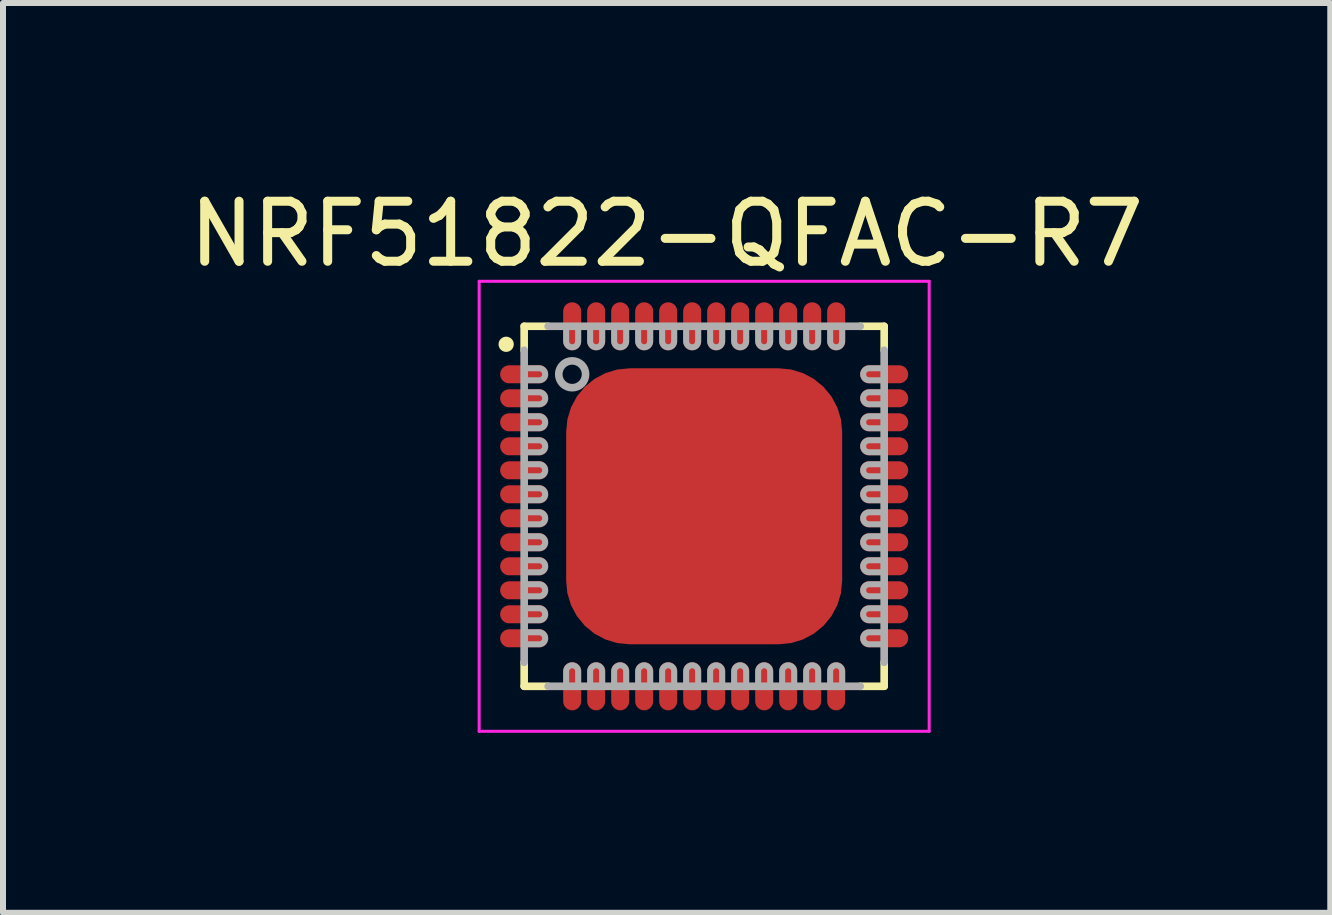
<source format=kicad_pcb>
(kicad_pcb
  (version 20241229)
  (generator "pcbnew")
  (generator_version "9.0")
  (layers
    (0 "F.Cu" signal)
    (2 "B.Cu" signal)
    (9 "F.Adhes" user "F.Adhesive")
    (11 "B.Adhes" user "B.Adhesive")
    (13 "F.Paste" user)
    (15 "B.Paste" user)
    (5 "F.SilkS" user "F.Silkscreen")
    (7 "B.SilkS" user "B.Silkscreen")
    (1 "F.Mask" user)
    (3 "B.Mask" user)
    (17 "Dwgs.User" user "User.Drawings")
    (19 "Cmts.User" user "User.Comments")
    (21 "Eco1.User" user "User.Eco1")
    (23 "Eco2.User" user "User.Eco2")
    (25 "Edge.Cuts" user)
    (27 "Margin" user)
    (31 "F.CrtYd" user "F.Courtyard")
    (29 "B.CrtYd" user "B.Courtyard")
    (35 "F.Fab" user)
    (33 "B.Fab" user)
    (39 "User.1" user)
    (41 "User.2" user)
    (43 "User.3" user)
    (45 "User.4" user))
  (footprint "NRF51822-QFAC-R7"
    (layer "F.Cu")
    (at 8.686 5.388)
    (property "Reference" "NRF51822-QFAC-R7" (at -0.626 -4.539 0) (layer "F.SilkS") (effects (font (size 1.001 1.001) (thickness 0.15))))
    (attr through_hole)
    (fp_poly (pts (xy -3.436 1.625) (xy -2.575 1.625) (xy -2.575 1.981) (xy -3.436 1.981)) (stroke (width 0.01) (type solid)) (fill yes) (layer "F.Mask"))
    (fp_poly (pts (xy -3.435 -1.975) (xy -2.575 -1.975) (xy -2.575 -1.63) (xy -3.435 -1.63)) (stroke (width 0.01) (type solid)) (fill yes) (layer "F.Mask"))
    (fp_poly (pts (xy -3.434 -1.175) (xy -2.575 -1.175) (xy -2.575 -0.827) (xy -3.434 -0.827)) (stroke (width 0.01) (type solid)) (fill yes) (layer "F.Mask"))
    (fp_poly (pts (xy -3.434 -0.775) (xy -2.575 -0.775) (xy -2.575 -0.426) (xy -3.434 -0.426)) (stroke (width 0.01) (type solid)) (fill yes) (layer "F.Mask"))
    (fp_poly (pts (xy -3.434 0.825) (xy -2.575 0.825) (xy -2.575 1.178) (xy -3.434 1.178)) (stroke (width 0.01) (type solid)) (fill yes) (layer "F.Mask"))
    (fp_poly (pts (xy -3.432 0.025) (xy -2.575 0.025) (xy -2.575 0.376) (xy -3.432 0.376)) (stroke (width 0.01) (type solid)) (fill yes) (layer "F.Mask"))
    (fp_poly (pts (xy -3.432 1.225) (xy -2.575 1.225) (xy -2.575 1.578) (xy -3.432 1.578)) (stroke (width 0.01) (type solid)) (fill yes) (layer "F.Mask"))
    (fp_poly (pts (xy -3.432 -2.375) (xy -2.575 -2.375) (xy -2.575 -2.029) (xy -3.432 -2.029)) (stroke (width 0.01) (type solid)) (fill yes) (layer "F.Mask"))
    (fp_poly (pts (xy -3.431 -1.575) (xy -2.575 -1.575) (xy -2.575 -1.227) (xy -3.431 -1.227)) (stroke (width 0.01) (type solid)) (fill yes) (layer "F.Mask"))
    (fp_poly (pts (xy -3.43 2.025) (xy -2.575 2.025) (xy -2.575 2.379) (xy -3.43 2.379)) (stroke (width 0.01) (type solid)) (fill yes) (layer "F.Mask"))
    (fp_poly (pts (xy -3.43 -0.375) (xy -2.575 -0.375) (xy -2.575 -0.025) (xy -3.43 -0.025)) (stroke (width 0.01) (type solid)) (fill yes) (layer "F.Mask"))
    (fp_poly (pts (xy -3.427 0.425) (xy -2.575 0.425) (xy -2.575 0.776) (xy -3.427 0.776)) (stroke (width 0.01) (type solid)) (fill yes) (layer "F.Mask"))
    (fp_poly (pts (xy -2.631 2.825) (xy -1.775 2.825) (xy -1.775 3.182) (xy -2.631 3.182)) (stroke (width 0.01) (type solid)) (fill yes) (layer "F.Mask"))
    (fp_poly (pts (xy -2.628 -3.175) (xy -1.775 -3.175) (xy -1.775 -2.828) (xy -2.628 -2.828)) (stroke (width 0.01) (type solid)) (fill yes) (layer "F.Mask"))
    (fp_poly (pts (xy -2.23 -3.175) (xy -1.375 -3.175) (xy -1.375 -2.831) (xy -2.23 -2.831)) (stroke (width 0.01) (type solid)) (fill yes) (layer "F.Mask"))
    (fp_poly (pts (xy -2.226 2.825) (xy -1.375 2.825) (xy -1.375 3.177) (xy -2.226 3.177)) (stroke (width 0.01) (type solid)) (fill yes) (layer "F.Mask"))
    (fp_poly (pts (xy -1.831 2.825) (xy -0.975 2.825) (xy -0.975 3.185) (xy -1.831 3.185)) (stroke (width 0.01) (type solid)) (fill yes) (layer "F.Mask"))
    (fp_poly (pts (xy -1.829 -3.175) (xy -0.975 -3.175) (xy -0.975 -2.831) (xy -1.829 -2.831)) (stroke (width 0.01) (type solid)) (fill yes) (layer "F.Mask"))
    (fp_poly (pts (xy -1.429 -3.175) (xy -0.575 -3.175) (xy -0.575 -2.832) (xy -1.429 -2.832)) (stroke (width 0.01) (type solid)) (fill yes) (layer "F.Mask"))
    (fp_poly (pts (xy -1.428 2.825) (xy -0.575 2.825) (xy -0.575 3.181) (xy -1.428 3.181)) (stroke (width 0.01) (type solid)) (fill yes) (layer "F.Mask"))
    (fp_poly (pts (xy -1.027 -3.175) (xy -0.175 -3.175) (xy -0.175 -2.83) (xy -1.027 -2.83)) (stroke (width 0.01) (type solid)) (fill yes) (layer "F.Mask"))
    (fp_poly (pts (xy -1.027 2.825) (xy -0.175 2.825) (xy -0.175 3.18) (xy -1.027 3.18)) (stroke (width 0.01) (type solid)) (fill yes) (layer "F.Mask"))
    (fp_poly (pts (xy -0.626 -3.175) (xy 0.225 -3.175) (xy 0.225 -2.831) (xy -0.626 -2.831)) (stroke (width 0.01) (type solid)) (fill yes) (layer "F.Mask"))
    (fp_poly (pts (xy -0.626 2.825) (xy 0.225 2.825) (xy 0.225 3.182) (xy -0.626 3.182)) (stroke (width 0.01) (type solid)) (fill yes) (layer "F.Mask"))
    (fp_poly (pts (xy -0.226 2.825) (xy 0.625 2.825) (xy 0.625 3.184) (xy -0.226 3.184)) (stroke (width 0.01) (type solid)) (fill yes) (layer "F.Mask"))
    (fp_poly (pts (xy -0.225 -3.175) (xy 0.625 -3.175) (xy 0.625 -2.826) (xy -0.225 -2.826)) (stroke (width 0.01) (type solid)) (fill yes) (layer "F.Mask"))
    (fp_poly (pts (xy 0.176 -3.175) (xy 1.025 -3.175) (xy 1.025 -2.835) (xy 0.176 -2.835)) (stroke (width 0.01) (type solid)) (fill yes) (layer "F.Mask"))
    (fp_poly (pts (xy 0.176 2.825) (xy 1.025 2.825) (xy 1.025 3.186) (xy 0.176 3.186)) (stroke (width 0.01) (type solid)) (fill yes) (layer "F.Mask"))
    (fp_poly (pts (xy 0.577 -3.175) (xy 1.425 -3.175) (xy 1.425 -2.833) (xy 0.577 -2.833)) (stroke (width 0.01) (type solid)) (fill yes) (layer "F.Mask"))
    (fp_poly (pts (xy 0.577 2.825) (xy 1.425 2.825) (xy 1.425 3.186) (xy 0.577 3.186)) (stroke (width 0.01) (type solid)) (fill yes) (layer "F.Mask"))
    (fp_poly (pts (xy 0.977 2.825) (xy 1.825 2.825) (xy 1.825 3.182) (xy 0.977 3.182)) (stroke (width 0.01) (type solid)) (fill yes) (layer "F.Mask"))
    (fp_poly (pts (xy 0.978 -3.175) (xy 1.825 -3.175) (xy 1.825 -2.834) (xy 0.978 -2.834)) (stroke (width 0.01) (type solid)) (fill yes) (layer "F.Mask"))
    (fp_poly (pts (xy 1.377 -3.175) (xy 2.225 -3.175) (xy 2.225 -2.83) (xy 1.377 -2.83)) (stroke (width 0.01) (type solid)) (fill yes) (layer "F.Mask"))
    (fp_poly (pts (xy 1.379 2.825) (xy 2.225 2.825) (xy 2.225 3.184) (xy 1.379 3.184)) (stroke (width 0.01) (type solid)) (fill yes) (layer "F.Mask"))
    (fp_poly (pts (xy 1.779 -3.175) (xy 2.625 -3.175) (xy 2.625 -2.831) (xy 1.779 -2.831)) (stroke (width 0.01) (type solid)) (fill yes) (layer "F.Mask"))
    (fp_poly (pts (xy 1.779 2.825) (xy 2.625 2.825) (xy 2.625 3.183) (xy 1.779 3.183)) (stroke (width 0.01) (type solid)) (fill yes) (layer "F.Mask"))
    (fp_poly (pts (xy 2.578 -0.375) (xy 3.425 -0.375) (xy 3.425 -0.025) (xy 2.578 -0.025)) (stroke (width 0.01) (type solid)) (fill yes) (layer "F.Mask"))
    (fp_poly (pts (xy 2.578 -1.975) (xy 3.425 -1.975) (xy 3.425 -1.627) (xy 2.578 -1.627)) (stroke (width 0.01) (type solid)) (fill yes) (layer "F.Mask"))
    (fp_poly (pts (xy 2.578 0.825) (xy 3.425 0.825) (xy 3.425 1.177) (xy 2.578 1.177)) (stroke (width 0.01) (type solid)) (fill yes) (layer "F.Mask"))
    (fp_poly (pts (xy 2.578 0.425) (xy 3.425 0.425) (xy 3.425 0.776) (xy 2.578 0.776)) (stroke (width 0.01) (type solid)) (fill yes) (layer "F.Mask"))
    (fp_poly (pts (xy 2.579 -0.775) (xy 3.425 -0.775) (xy 3.425 -0.426) (xy 2.579 -0.426)) (stroke (width 0.01) (type solid)) (fill yes) (layer "F.Mask"))
    (fp_poly (pts (xy 2.579 1.625) (xy 3.425 1.625) (xy 3.425 1.978) (xy 2.579 1.978)) (stroke (width 0.01) (type solid)) (fill yes) (layer "F.Mask"))
    (fp_poly (pts (xy 2.58 2.025) (xy 3.425 2.025) (xy 3.425 2.379) (xy 2.58 2.379)) (stroke (width 0.01) (type solid)) (fill yes) (layer "F.Mask"))
    (fp_poly (pts (xy 2.58 0.025) (xy 3.425 0.025) (xy 3.425 0.376) (xy 2.58 0.376)) (stroke (width 0.01) (type solid)) (fill yes) (layer "F.Mask"))
    (fp_poly (pts (xy 2.581 -1.575) (xy 3.425 -1.575) (xy 3.425 -1.228) (xy 2.581 -1.228)) (stroke (width 0.01) (type solid)) (fill yes) (layer "F.Mask"))
    (fp_poly (pts (xy 2.583 1.225) (xy 3.425 1.225) (xy 3.425 1.58) (xy 2.583 1.58)) (stroke (width 0.01) (type solid)) (fill yes) (layer "F.Mask"))
    (fp_poly (pts (xy 2.584 -1.175) (xy 3.425 -1.175) (xy 3.425 -0.828) (xy 2.584 -0.828)) (stroke (width 0.01) (type solid)) (fill yes) (layer "F.Mask"))
    (fp_poly (pts (xy 2.584 -2.375) (xy 3.425 -2.375) (xy 3.425 -2.032) (xy 2.584 -2.032)) (stroke (width 0.01) (type solid)) (fill yes) (layer "F.Mask"))
    (fp_line (start -3 -3) (end -2.6 -3) (stroke (width 0.127) (type solid)) (layer "F.SilkS"))
    (fp_line (start -3 -2.6) (end -3 -3) (stroke (width 0.127) (type solid)) (layer "F.SilkS"))
    (fp_line (start -3 3) (end -3 2.6) (stroke (width 0.127) (type solid)) (layer "F.SilkS"))
    (fp_line (start -2.6 3) (end -3 3) (stroke (width 0.127) (type solid)) (layer "F.SilkS"))
    (fp_line (start 2.6 -3) (end 3 -3) (stroke (width 0.127) (type solid)) (layer "F.SilkS"))
    (fp_line (start 3 -3) (end 3 -2.6) (stroke (width 0.127) (type solid)) (layer "F.SilkS"))
    (fp_line (start 3 2.6) (end 3 3) (stroke (width 0.127) (type solid)) (layer "F.SilkS"))
    (fp_line (start 3 3) (end 2.6 3) (stroke (width 0.127) (type solid)) (layer "F.SilkS"))
    (fp_circle (center -3.3 -2.7) (end -3.173 -2.7) (stroke (width 0) (type solid)) (fill yes) (layer "F.SilkS"))
    (fp_poly (pts (xy -1.453 -1.45) (xy 1.45 -1.45) (xy 1.45 1.453) (xy -1.453 1.453)) (stroke (width 0.01) (type solid)) (fill yes) (layer "F.Paste"))
    (fp_line (start -3.75 -3.75) (end 3.75 -3.75) (stroke (width 0.05) (type solid)) (layer "F.CrtYd"))
    (fp_line (start -3.75 3.75) (end -3.75 -3.75) (stroke (width 0.05) (type solid)) (layer "F.CrtYd"))
    (fp_line (start 3.75 -3.75) (end 3.75 3.75) (stroke (width 0.05) (type solid)) (layer "F.CrtYd"))
    (fp_line (start 3.75 3.75) (end -3.75 3.75) (stroke (width 0.05) (type solid)) (layer "F.CrtYd"))
    (fp_line (start -3 2.6) (end -3 -2.6) (stroke (width 0.127) (type solid)) (layer "F.Fab"))
    (fp_line (start -2.6 -3) (end 2.6 -3) (stroke (width 0.127) (type solid)) (layer "F.Fab"))
    (fp_line (start 2.6 3) (end -2.6 3) (stroke (width 0.127) (type solid)) (layer "F.Fab"))
    (fp_line (start 3 2.6) (end 3 -2.6) (stroke (width 0.127) (type solid)) (layer "F.Fab"))
    (fp_circle (center -2.2 -2.2) (end -1.976 -2.2) (stroke (width 0.127) (type solid)) (fill no) (layer "F.Fab"))
    (fp_poly (pts (xy -3 -2.3) (xy -2.75 -2.3) (xy -2.745 -2.3) (xy -2.74 -2.299) (xy -2.734 -2.299) (xy -2.729 -2.298) (xy -2.724 -2.297) (xy -2.719 -2.295) (xy -2.714 -2.293) (xy -2.709 -2.291) (xy -2.705 -2.289) (xy -2.7 -2.287) (xy -2.696 -2.284) (xy -2.691 -2.281) (xy -2.687 -2.278) (xy -2.683 -2.274) (xy -2.679 -2.271) (xy -2.676 -2.267) (xy -2.672 -2.263) (xy -2.669 -2.259) (xy -2.666 -2.254) (xy -2.663 -2.25) (xy -2.661 -2.245) (xy -2.659 -2.241) (xy -2.657 -2.236) (xy -2.655 -2.231) (xy -2.653 -2.226) (xy -2.652 -2.221) (xy -2.651 -2.216) (xy -2.651 -2.21) (xy -2.65 -2.205) (xy -2.65 -2.2) (xy -2.65 -2.195) (xy -2.651 -2.19) (xy -2.651 -2.184) (xy -2.652 -2.179) (xy -2.653 -2.174) (xy -2.655 -2.169) (xy -2.657 -2.164) (xy -2.659 -2.159) (xy -2.661 -2.155) (xy -2.663 -2.15) (xy -2.666 -2.146) (xy -2.669 -2.141) (xy -2.672 -2.137) (xy -2.676 -2.133) (xy -2.679 -2.129) (xy -2.683 -2.126) (xy -2.687 -2.122) (xy -2.691 -2.119) (xy -2.696 -2.116) (xy -2.7 -2.113) (xy -2.705 -2.111) (xy -2.709 -2.109) (xy -2.714 -2.107) (xy -2.719 -2.105) (xy -2.724 -2.103) (xy -2.729 -2.102) (xy -2.734 -2.101) (xy -2.74 -2.101) (xy -2.745 -2.1) (xy -2.75 -2.1) (xy -3 -2.1) (xy -3 -2.3)) (stroke (width 0.1) (type solid)) (fill no) (layer "F.Fab"))
    (fp_poly (pts (xy -3 -1.9) (xy -2.75 -1.9) (xy -2.745 -1.9) (xy -2.74 -1.899) (xy -2.734 -1.899) (xy -2.729 -1.898) (xy -2.724 -1.897) (xy -2.719 -1.895) (xy -2.714 -1.893) (xy -2.709 -1.891) (xy -2.705 -1.889) (xy -2.7 -1.887) (xy -2.696 -1.884) (xy -2.691 -1.881) (xy -2.687 -1.878) (xy -2.683 -1.874) (xy -2.679 -1.871) (xy -2.676 -1.867) (xy -2.672 -1.863) (xy -2.669 -1.859) (xy -2.666 -1.854) (xy -2.663 -1.85) (xy -2.661 -1.845) (xy -2.659 -1.841) (xy -2.657 -1.836) (xy -2.655 -1.831) (xy -2.653 -1.826) (xy -2.652 -1.821) (xy -2.651 -1.816) (xy -2.651 -1.81) (xy -2.65 -1.805) (xy -2.65 -1.8) (xy -2.65 -1.795) (xy -2.651 -1.79) (xy -2.651 -1.784) (xy -2.652 -1.779) (xy -2.653 -1.774) (xy -2.655 -1.769) (xy -2.657 -1.764) (xy -2.659 -1.759) (xy -2.661 -1.755) (xy -2.663 -1.75) (xy -2.666 -1.746) (xy -2.669 -1.741) (xy -2.672 -1.737) (xy -2.676 -1.733) (xy -2.679 -1.729) (xy -2.683 -1.726) (xy -2.687 -1.722) (xy -2.691 -1.719) (xy -2.696 -1.716) (xy -2.7 -1.713) (xy -2.705 -1.711) (xy -2.709 -1.709) (xy -2.714 -1.707) (xy -2.719 -1.705) (xy -2.724 -1.703) (xy -2.729 -1.702) (xy -2.734 -1.701) (xy -2.74 -1.701) (xy -2.745 -1.7) (xy -2.75 -1.7) (xy -3 -1.7) (xy -3 -1.9)) (stroke (width 0.1) (type solid)) (fill no) (layer "F.Fab"))
    (fp_poly (pts (xy -3 -1.5) (xy -2.75 -1.5) (xy -2.745 -1.5) (xy -2.74 -1.499) (xy -2.734 -1.499) (xy -2.729 -1.498) (xy -2.724 -1.497) (xy -2.719 -1.495) (xy -2.714 -1.493) (xy -2.709 -1.491) (xy -2.705 -1.489) (xy -2.7 -1.487) (xy -2.696 -1.484) (xy -2.691 -1.481) (xy -2.687 -1.478) (xy -2.683 -1.474) (xy -2.679 -1.471) (xy -2.676 -1.467) (xy -2.672 -1.463) (xy -2.669 -1.459) (xy -2.666 -1.454) (xy -2.663 -1.45) (xy -2.661 -1.445) (xy -2.659 -1.441) (xy -2.657 -1.436) (xy -2.655 -1.431) (xy -2.653 -1.426) (xy -2.652 -1.421) (xy -2.651 -1.416) (xy -2.651 -1.41) (xy -2.65 -1.405) (xy -2.65 -1.4) (xy -2.65 -1.395) (xy -2.651 -1.39) (xy -2.651 -1.384) (xy -2.652 -1.379) (xy -2.653 -1.374) (xy -2.655 -1.369) (xy -2.657 -1.364) (xy -2.659 -1.359) (xy -2.661 -1.355) (xy -2.663 -1.35) (xy -2.666 -1.346) (xy -2.669 -1.341) (xy -2.672 -1.337) (xy -2.676 -1.333) (xy -2.679 -1.329) (xy -2.683 -1.326) (xy -2.687 -1.322) (xy -2.691 -1.319) (xy -2.696 -1.316) (xy -2.7 -1.313) (xy -2.705 -1.311) (xy -2.709 -1.309) (xy -2.714 -1.307) (xy -2.719 -1.305) (xy -2.724 -1.303) (xy -2.729 -1.302) (xy -2.734 -1.301) (xy -2.74 -1.301) (xy -2.745 -1.3) (xy -2.75 -1.3) (xy -3 -1.3) (xy -3 -1.5)) (stroke (width 0.1) (type solid)) (fill no) (layer "F.Fab"))
    (fp_poly (pts (xy -3 -1.1) (xy -2.75 -1.1) (xy -2.745 -1.1) (xy -2.74 -1.099) (xy -2.734 -1.099) (xy -2.729 -1.098) (xy -2.724 -1.097) (xy -2.719 -1.095) (xy -2.714 -1.093) (xy -2.709 -1.091) (xy -2.705 -1.089) (xy -2.7 -1.087) (xy -2.696 -1.084) (xy -2.691 -1.081) (xy -2.687 -1.078) (xy -2.683 -1.074) (xy -2.679 -1.071) (xy -2.676 -1.067) (xy -2.672 -1.063) (xy -2.669 -1.059) (xy -2.666 -1.054) (xy -2.663 -1.05) (xy -2.661 -1.045) (xy -2.659 -1.041) (xy -2.657 -1.036) (xy -2.655 -1.031) (xy -2.653 -1.026) (xy -2.652 -1.021) (xy -2.651 -1.016) (xy -2.651 -1.01) (xy -2.65 -1.005) (xy -2.65 -1) (xy -2.65 -0.995) (xy -2.651 -0.99) (xy -2.651 -0.984) (xy -2.652 -0.979) (xy -2.653 -0.974) (xy -2.655 -0.969) (xy -2.657 -0.964) (xy -2.659 -0.959) (xy -2.661 -0.955) (xy -2.663 -0.95) (xy -2.666 -0.946) (xy -2.669 -0.941) (xy -2.672 -0.937) (xy -2.676 -0.933) (xy -2.679 -0.929) (xy -2.683 -0.926) (xy -2.687 -0.922) (xy -2.691 -0.919) (xy -2.696 -0.916) (xy -2.7 -0.913) (xy -2.705 -0.911) (xy -2.709 -0.909) (xy -2.714 -0.907) (xy -2.719 -0.905) (xy -2.724 -0.903) (xy -2.729 -0.902) (xy -2.734 -0.901) (xy -2.74 -0.901) (xy -2.745 -0.9) (xy -2.75 -0.9) (xy -3 -0.9) (xy -3 -1.1)) (stroke (width 0.1) (type solid)) (fill no) (layer "F.Fab"))
    (fp_poly (pts (xy -3 -0.7) (xy -2.75 -0.7) (xy -2.745 -0.7) (xy -2.74 -0.699) (xy -2.734 -0.699) (xy -2.729 -0.698) (xy -2.724 -0.697) (xy -2.719 -0.695) (xy -2.714 -0.693) (xy -2.709 -0.691) (xy -2.705 -0.689) (xy -2.7 -0.687) (xy -2.696 -0.684) (xy -2.691 -0.681) (xy -2.687 -0.678) (xy -2.683 -0.674) (xy -2.679 -0.671) (xy -2.676 -0.667) (xy -2.672 -0.663) (xy -2.669 -0.659) (xy -2.666 -0.654) (xy -2.663 -0.65) (xy -2.661 -0.645) (xy -2.659 -0.641) (xy -2.657 -0.636) (xy -2.655 -0.631) (xy -2.653 -0.626) (xy -2.652 -0.621) (xy -2.651 -0.616) (xy -2.651 -0.61) (xy -2.65 -0.605) (xy -2.65 -0.6) (xy -2.65 -0.595) (xy -2.651 -0.59) (xy -2.651 -0.584) (xy -2.652 -0.579) (xy -2.653 -0.574) (xy -2.655 -0.569) (xy -2.657 -0.564) (xy -2.659 -0.559) (xy -2.661 -0.555) (xy -2.663 -0.55) (xy -2.666 -0.546) (xy -2.669 -0.541) (xy -2.672 -0.537) (xy -2.676 -0.533) (xy -2.679 -0.529) (xy -2.683 -0.526) (xy -2.687 -0.522) (xy -2.691 -0.519) (xy -2.696 -0.516) (xy -2.7 -0.513) (xy -2.705 -0.511) (xy -2.709 -0.509) (xy -2.714 -0.507) (xy -2.719 -0.505) (xy -2.724 -0.503) (xy -2.729 -0.502) (xy -2.734 -0.501) (xy -2.74 -0.501) (xy -2.745 -0.5) (xy -2.75 -0.5) (xy -3 -0.5) (xy -3 -0.7)) (stroke (width 0.1) (type solid)) (fill no) (layer "F.Fab"))
    (fp_poly (pts (xy -3 -0.3) (xy -2.75 -0.3) (xy -2.745 -0.3) (xy -2.74 -0.299) (xy -2.734 -0.299) (xy -2.729 -0.298) (xy -2.724 -0.297) (xy -2.719 -0.295) (xy -2.714 -0.293) (xy -2.709 -0.291) (xy -2.705 -0.289) (xy -2.7 -0.287) (xy -2.696 -0.284) (xy -2.691 -0.281) (xy -2.687 -0.278) (xy -2.683 -0.274) (xy -2.679 -0.271) (xy -2.676 -0.267) (xy -2.672 -0.263) (xy -2.669 -0.259) (xy -2.666 -0.254) (xy -2.663 -0.25) (xy -2.661 -0.245) (xy -2.659 -0.241) (xy -2.657 -0.236) (xy -2.655 -0.231) (xy -2.653 -0.226) (xy -2.652 -0.221) (xy -2.651 -0.216) (xy -2.651 -0.21) (xy -2.65 -0.205) (xy -2.65 -0.2) (xy -2.65 -0.195) (xy -2.651 -0.19) (xy -2.651 -0.184) (xy -2.652 -0.179) (xy -2.653 -0.174) (xy -2.655 -0.169) (xy -2.657 -0.164) (xy -2.659 -0.159) (xy -2.661 -0.155) (xy -2.663 -0.15) (xy -2.666 -0.146) (xy -2.669 -0.141) (xy -2.672 -0.137) (xy -2.676 -0.133) (xy -2.679 -0.129) (xy -2.683 -0.126) (xy -2.687 -0.122) (xy -2.691 -0.119) (xy -2.696 -0.116) (xy -2.7 -0.113) (xy -2.705 -0.111) (xy -2.709 -0.109) (xy -2.714 -0.107) (xy -2.719 -0.105) (xy -2.724 -0.103) (xy -2.729 -0.102) (xy -2.734 -0.101) (xy -2.74 -0.101) (xy -2.745 -0.1) (xy -2.75 -0.1) (xy -3 -0.1) (xy -3 -0.3)) (stroke (width 0.1) (type solid)) (fill no) (layer "F.Fab"))
    (fp_poly (pts (xy -3 0.1) (xy -2.75 0.1) (xy -2.745 0.1) (xy -2.74 0.101) (xy -2.734 0.101) (xy -2.729 0.102) (xy -2.724 0.103) (xy -2.719 0.105) (xy -2.714 0.107) (xy -2.709 0.109) (xy -2.705 0.111) (xy -2.7 0.113) (xy -2.696 0.116) (xy -2.691 0.119) (xy -2.687 0.122) (xy -2.683 0.126) (xy -2.679 0.129) (xy -2.676 0.133) (xy -2.672 0.137) (xy -2.669 0.141) (xy -2.666 0.146) (xy -2.663 0.15) (xy -2.661 0.155) (xy -2.659 0.159) (xy -2.657 0.164) (xy -2.655 0.169) (xy -2.653 0.174) (xy -2.652 0.179) (xy -2.651 0.184) (xy -2.651 0.19) (xy -2.65 0.195) (xy -2.65 0.2) (xy -2.65 0.205) (xy -2.651 0.21) (xy -2.651 0.216) (xy -2.652 0.221) (xy -2.653 0.226) (xy -2.655 0.231) (xy -2.657 0.236) (xy -2.659 0.241) (xy -2.661 0.245) (xy -2.663 0.25) (xy -2.666 0.254) (xy -2.669 0.259) (xy -2.672 0.263) (xy -2.676 0.267) (xy -2.679 0.271) (xy -2.683 0.274) (xy -2.687 0.278) (xy -2.691 0.281) (xy -2.696 0.284) (xy -2.7 0.287) (xy -2.705 0.289) (xy -2.709 0.291) (xy -2.714 0.293) (xy -2.719 0.295) (xy -2.724 0.297) (xy -2.729 0.298) (xy -2.734 0.299) (xy -2.74 0.299) (xy -2.745 0.3) (xy -2.75 0.3) (xy -3 0.3) (xy -3 0.1)) (stroke (width 0.1) (type solid)) (fill no) (layer "F.Fab"))
    (fp_poly (pts (xy -3 0.5) (xy -2.75 0.5) (xy -2.745 0.5) (xy -2.74 0.501) (xy -2.734 0.501) (xy -2.729 0.502) (xy -2.724 0.503) (xy -2.719 0.505) (xy -2.714 0.507) (xy -2.709 0.509) (xy -2.705 0.511) (xy -2.7 0.513) (xy -2.696 0.516) (xy -2.691 0.519) (xy -2.687 0.522) (xy -2.683 0.526) (xy -2.679 0.529) (xy -2.676 0.533) (xy -2.672 0.537) (xy -2.669 0.541) (xy -2.666 0.546) (xy -2.663 0.55) (xy -2.661 0.555) (xy -2.659 0.559) (xy -2.657 0.564) (xy -2.655 0.569) (xy -2.653 0.574) (xy -2.652 0.579) (xy -2.651 0.584) (xy -2.651 0.59) (xy -2.65 0.595) (xy -2.65 0.6) (xy -2.65 0.605) (xy -2.651 0.61) (xy -2.651 0.616) (xy -2.652 0.621) (xy -2.653 0.626) (xy -2.655 0.631) (xy -2.657 0.636) (xy -2.659 0.641) (xy -2.661 0.645) (xy -2.663 0.65) (xy -2.666 0.654) (xy -2.669 0.659) (xy -2.672 0.663) (xy -2.676 0.667) (xy -2.679 0.671) (xy -2.683 0.674) (xy -2.687 0.678) (xy -2.691 0.681) (xy -2.696 0.684) (xy -2.7 0.687) (xy -2.705 0.689) (xy -2.709 0.691) (xy -2.714 0.693) (xy -2.719 0.695) (xy -2.724 0.697) (xy -2.729 0.698) (xy -2.734 0.699) (xy -2.74 0.699) (xy -2.745 0.7) (xy -2.75 0.7) (xy -3 0.7) (xy -3 0.5)) (stroke (width 0.1) (type solid)) (fill no) (layer "F.Fab"))
    (fp_poly (pts (xy -3 0.9) (xy -2.75 0.9) (xy -2.745 0.9) (xy -2.74 0.901) (xy -2.734 0.901) (xy -2.729 0.902) (xy -2.724 0.903) (xy -2.719 0.905) (xy -2.714 0.907) (xy -2.709 0.909) (xy -2.705 0.911) (xy -2.7 0.913) (xy -2.696 0.916) (xy -2.691 0.919) (xy -2.687 0.922) (xy -2.683 0.926) (xy -2.679 0.929) (xy -2.676 0.933) (xy -2.672 0.937) (xy -2.669 0.941) (xy -2.666 0.946) (xy -2.663 0.95) (xy -2.661 0.955) (xy -2.659 0.959) (xy -2.657 0.964) (xy -2.655 0.969) (xy -2.653 0.974) (xy -2.652 0.979) (xy -2.651 0.984) (xy -2.651 0.99) (xy -2.65 0.995) (xy -2.65 1) (xy -2.65 1.005) (xy -2.651 1.01) (xy -2.651 1.016) (xy -2.652 1.021) (xy -2.653 1.026) (xy -2.655 1.031) (xy -2.657 1.036) (xy -2.659 1.041) (xy -2.661 1.045) (xy -2.663 1.05) (xy -2.666 1.054) (xy -2.669 1.059) (xy -2.672 1.063) (xy -2.676 1.067) (xy -2.679 1.071) (xy -2.683 1.074) (xy -2.687 1.078) (xy -2.691 1.081) (xy -2.696 1.084) (xy -2.7 1.087) (xy -2.705 1.089) (xy -2.709 1.091) (xy -2.714 1.093) (xy -2.719 1.095) (xy -2.724 1.097) (xy -2.729 1.098) (xy -2.734 1.099) (xy -2.74 1.099) (xy -2.745 1.1) (xy -2.75 1.1) (xy -3 1.1) (xy -3 0.9)) (stroke (width 0.1) (type solid)) (fill no) (layer "F.Fab"))
    (fp_poly (pts (xy -3 1.3) (xy -2.75 1.3) (xy -2.745 1.3) (xy -2.74 1.301) (xy -2.734 1.301) (xy -2.729 1.302) (xy -2.724 1.303) (xy -2.719 1.305) (xy -2.714 1.307) (xy -2.709 1.309) (xy -2.705 1.311) (xy -2.7 1.313) (xy -2.696 1.316) (xy -2.691 1.319) (xy -2.687 1.322) (xy -2.683 1.326) (xy -2.679 1.329) (xy -2.676 1.333) (xy -2.672 1.337) (xy -2.669 1.341) (xy -2.666 1.346) (xy -2.663 1.35) (xy -2.661 1.355) (xy -2.659 1.359) (xy -2.657 1.364) (xy -2.655 1.369) (xy -2.653 1.374) (xy -2.652 1.379) (xy -2.651 1.384) (xy -2.651 1.39) (xy -2.65 1.395) (xy -2.65 1.4) (xy -2.65 1.405) (xy -2.651 1.41) (xy -2.651 1.416) (xy -2.652 1.421) (xy -2.653 1.426) (xy -2.655 1.431) (xy -2.657 1.436) (xy -2.659 1.441) (xy -2.661 1.445) (xy -2.663 1.45) (xy -2.666 1.454) (xy -2.669 1.459) (xy -2.672 1.463) (xy -2.676 1.467) (xy -2.679 1.471) (xy -2.683 1.474) (xy -2.687 1.478) (xy -2.691 1.481) (xy -2.696 1.484) (xy -2.7 1.487) (xy -2.705 1.489) (xy -2.709 1.491) (xy -2.714 1.493) (xy -2.719 1.495) (xy -2.724 1.497) (xy -2.729 1.498) (xy -2.734 1.499) (xy -2.74 1.499) (xy -2.745 1.5) (xy -2.75 1.5) (xy -3 1.5) (xy -3 1.3)) (stroke (width 0.1) (type solid)) (fill no) (layer "F.Fab"))
    (fp_poly (pts (xy -3 1.7) (xy -2.75 1.7) (xy -2.745 1.7) (xy -2.74 1.701) (xy -2.734 1.701) (xy -2.729 1.702) (xy -2.724 1.703) (xy -2.719 1.705) (xy -2.714 1.707) (xy -2.709 1.709) (xy -2.705 1.711) (xy -2.7 1.713) (xy -2.696 1.716) (xy -2.691 1.719) (xy -2.687 1.722) (xy -2.683 1.726) (xy -2.679 1.729) (xy -2.676 1.733) (xy -2.672 1.737) (xy -2.669 1.741) (xy -2.666 1.746) (xy -2.663 1.75) (xy -2.661 1.755) (xy -2.659 1.759) (xy -2.657 1.764) (xy -2.655 1.769) (xy -2.653 1.774) (xy -2.652 1.779) (xy -2.651 1.784) (xy -2.651 1.79) (xy -2.65 1.795) (xy -2.65 1.8) (xy -2.65 1.805) (xy -2.651 1.81) (xy -2.651 1.816) (xy -2.652 1.821) (xy -2.653 1.826) (xy -2.655 1.831) (xy -2.657 1.836) (xy -2.659 1.841) (xy -2.661 1.845) (xy -2.663 1.85) (xy -2.666 1.854) (xy -2.669 1.859) (xy -2.672 1.863) (xy -2.676 1.867) (xy -2.679 1.871) (xy -2.683 1.874) (xy -2.687 1.878) (xy -2.691 1.881) (xy -2.696 1.884) (xy -2.7 1.887) (xy -2.705 1.889) (xy -2.709 1.891) (xy -2.714 1.893) (xy -2.719 1.895) (xy -2.724 1.897) (xy -2.729 1.898) (xy -2.734 1.899) (xy -2.74 1.899) (xy -2.745 1.9) (xy -2.75 1.9) (xy -3 1.9) (xy -3 1.7)) (stroke (width 0.1) (type solid)) (fill no) (layer "F.Fab"))
    (fp_poly (pts (xy -3 2.1) (xy -2.75 2.1) (xy -2.745 2.1) (xy -2.74 2.101) (xy -2.734 2.101) (xy -2.729 2.102) (xy -2.724 2.103) (xy -2.719 2.105) (xy -2.714 2.107) (xy -2.709 2.109) (xy -2.705 2.111) (xy -2.7 2.113) (xy -2.696 2.116) (xy -2.691 2.119) (xy -2.687 2.122) (xy -2.683 2.126) (xy -2.679 2.129) (xy -2.676 2.133) (xy -2.672 2.137) (xy -2.669 2.141) (xy -2.666 2.146) (xy -2.663 2.15) (xy -2.661 2.155) (xy -2.659 2.159) (xy -2.657 2.164) (xy -2.655 2.169) (xy -2.653 2.174) (xy -2.652 2.179) (xy -2.651 2.184) (xy -2.651 2.19) (xy -2.65 2.195) (xy -2.65 2.2) (xy -2.65 2.205) (xy -2.651 2.21) (xy -2.651 2.216) (xy -2.652 2.221) (xy -2.653 2.226) (xy -2.655 2.231) (xy -2.657 2.236) (xy -2.659 2.241) (xy -2.661 2.245) (xy -2.663 2.25) (xy -2.666 2.254) (xy -2.669 2.259) (xy -2.672 2.263) (xy -2.676 2.267) (xy -2.679 2.271) (xy -2.683 2.274) (xy -2.687 2.278) (xy -2.691 2.281) (xy -2.696 2.284) (xy -2.7 2.287) (xy -2.705 2.289) (xy -2.709 2.291) (xy -2.714 2.293) (xy -2.719 2.295) (xy -2.724 2.297) (xy -2.729 2.298) (xy -2.734 2.299) (xy -2.74 2.299) (xy -2.745 2.3) (xy -2.75 2.3) (xy -3 2.3) (xy -3 2.1)) (stroke (width 0.1) (type solid)) (fill no) (layer "F.Fab"))
    (fp_poly (pts (xy -2.3 3) (xy -2.3 2.75) (xy -2.3 2.745) (xy -2.299 2.74) (xy -2.299 2.734) (xy -2.298 2.729) (xy -2.297 2.724) (xy -2.295 2.719) (xy -2.293 2.714) (xy -2.291 2.709) (xy -2.289 2.705) (xy -2.287 2.7) (xy -2.284 2.696) (xy -2.281 2.691) (xy -2.278 2.687) (xy -2.274 2.683) (xy -2.271 2.679) (xy -2.267 2.676) (xy -2.263 2.672) (xy -2.259 2.669) (xy -2.254 2.666) (xy -2.25 2.663) (xy -2.245 2.661) (xy -2.241 2.659) (xy -2.236 2.657) (xy -2.231 2.655) (xy -2.226 2.653) (xy -2.221 2.652) (xy -2.216 2.651) (xy -2.21 2.651) (xy -2.205 2.65) (xy -2.2 2.65) (xy -2.195 2.65) (xy -2.19 2.651) (xy -2.184 2.651) (xy -2.179 2.652) (xy -2.174 2.653) (xy -2.169 2.655) (xy -2.164 2.657) (xy -2.159 2.659) (xy -2.155 2.661) (xy -2.15 2.663) (xy -2.146 2.666) (xy -2.141 2.669) (xy -2.137 2.672) (xy -2.133 2.676) (xy -2.129 2.679) (xy -2.126 2.683) (xy -2.122 2.687) (xy -2.119 2.691) (xy -2.116 2.696) (xy -2.113 2.7) (xy -2.111 2.705) (xy -2.109 2.709) (xy -2.107 2.714) (xy -2.105 2.719) (xy -2.103 2.724) (xy -2.102 2.729) (xy -2.101 2.734) (xy -2.101 2.74) (xy -2.1 2.745) (xy -2.1 2.75) (xy -2.1 3) (xy -2.3 3)) (stroke (width 0.1) (type solid)) (fill no) (layer "F.Fab"))
    (fp_poly (pts (xy -2.1 -3) (xy -2.1 -2.75) (xy -2.1 -2.745) (xy -2.101 -2.74) (xy -2.101 -2.734) (xy -2.102 -2.729) (xy -2.103 -2.724) (xy -2.105 -2.719) (xy -2.107 -2.714) (xy -2.109 -2.709) (xy -2.111 -2.705) (xy -2.113 -2.7) (xy -2.116 -2.696) (xy -2.119 -2.691) (xy -2.122 -2.687) (xy -2.126 -2.683) (xy -2.129 -2.679) (xy -2.133 -2.676) (xy -2.137 -2.672) (xy -2.141 -2.669) (xy -2.146 -2.666) (xy -2.15 -2.663) (xy -2.155 -2.661) (xy -2.159 -2.659) (xy -2.164 -2.657) (xy -2.169 -2.655) (xy -2.174 -2.653) (xy -2.179 -2.652) (xy -2.184 -2.651) (xy -2.19 -2.651) (xy -2.195 -2.65) (xy -2.2 -2.65) (xy -2.205 -2.65) (xy -2.21 -2.651) (xy -2.216 -2.651) (xy -2.221 -2.652) (xy -2.226 -2.653) (xy -2.231 -2.655) (xy -2.236 -2.657) (xy -2.241 -2.659) (xy -2.245 -2.661) (xy -2.25 -2.663) (xy -2.254 -2.666) (xy -2.259 -2.669) (xy -2.263 -2.672) (xy -2.267 -2.676) (xy -2.271 -2.679) (xy -2.274 -2.683) (xy -2.278 -2.687) (xy -2.281 -2.691) (xy -2.284 -2.696) (xy -2.287 -2.7) (xy -2.289 -2.705) (xy -2.291 -2.709) (xy -2.293 -2.714) (xy -2.295 -2.719) (xy -2.297 -2.724) (xy -2.298 -2.729) (xy -2.299 -2.734) (xy -2.299 -2.74) (xy -2.3 -2.745) (xy -2.3 -2.75) (xy -2.3 -3) (xy -2.1 -3)) (stroke (width 0.1) (type solid)) (fill no) (layer "F.Fab"))
    (fp_poly (pts (xy -1.9 3) (xy -1.9 2.75) (xy -1.9 2.745) (xy -1.899 2.74) (xy -1.899 2.734) (xy -1.898 2.729) (xy -1.897 2.724) (xy -1.895 2.719) (xy -1.893 2.714) (xy -1.891 2.709) (xy -1.889 2.705) (xy -1.887 2.7) (xy -1.884 2.696) (xy -1.881 2.691) (xy -1.878 2.687) (xy -1.874 2.683) (xy -1.871 2.679) (xy -1.867 2.676) (xy -1.863 2.672) (xy -1.859 2.669) (xy -1.854 2.666) (xy -1.85 2.663) (xy -1.845 2.661) (xy -1.841 2.659) (xy -1.836 2.657) (xy -1.831 2.655) (xy -1.826 2.653) (xy -1.821 2.652) (xy -1.816 2.651) (xy -1.81 2.651) (xy -1.805 2.65) (xy -1.8 2.65) (xy -1.795 2.65) (xy -1.79 2.651) (xy -1.784 2.651) (xy -1.779 2.652) (xy -1.774 2.653) (xy -1.769 2.655) (xy -1.764 2.657) (xy -1.759 2.659) (xy -1.755 2.661) (xy -1.75 2.663) (xy -1.746 2.666) (xy -1.741 2.669) (xy -1.737 2.672) (xy -1.733 2.676) (xy -1.729 2.679) (xy -1.726 2.683) (xy -1.722 2.687) (xy -1.719 2.691) (xy -1.716 2.696) (xy -1.713 2.7) (xy -1.711 2.705) (xy -1.709 2.709) (xy -1.707 2.714) (xy -1.705 2.719) (xy -1.703 2.724) (xy -1.702 2.729) (xy -1.701 2.734) (xy -1.701 2.74) (xy -1.7 2.745) (xy -1.7 2.75) (xy -1.7 3) (xy -1.9 3)) (stroke (width 0.1) (type solid)) (fill no) (layer "F.Fab"))
    (fp_poly (pts (xy -1.7 -3) (xy -1.7 -2.75) (xy -1.7 -2.745) (xy -1.701 -2.74) (xy -1.701 -2.734) (xy -1.702 -2.729) (xy -1.703 -2.724) (xy -1.705 -2.719) (xy -1.707 -2.714) (xy -1.709 -2.709) (xy -1.711 -2.705) (xy -1.713 -2.7) (xy -1.716 -2.696) (xy -1.719 -2.691) (xy -1.722 -2.687) (xy -1.726 -2.683) (xy -1.729 -2.679) (xy -1.733 -2.676) (xy -1.737 -2.672) (xy -1.741 -2.669) (xy -1.746 -2.666) (xy -1.75 -2.663) (xy -1.755 -2.661) (xy -1.759 -2.659) (xy -1.764 -2.657) (xy -1.769 -2.655) (xy -1.774 -2.653) (xy -1.779 -2.652) (xy -1.784 -2.651) (xy -1.79 -2.651) (xy -1.795 -2.65) (xy -1.8 -2.65) (xy -1.805 -2.65) (xy -1.81 -2.651) (xy -1.816 -2.651) (xy -1.821 -2.652) (xy -1.826 -2.653) (xy -1.831 -2.655) (xy -1.836 -2.657) (xy -1.841 -2.659) (xy -1.845 -2.661) (xy -1.85 -2.663) (xy -1.854 -2.666) (xy -1.859 -2.669) (xy -1.863 -2.672) (xy -1.867 -2.676) (xy -1.871 -2.679) (xy -1.874 -2.683) (xy -1.878 -2.687) (xy -1.881 -2.691) (xy -1.884 -2.696) (xy -1.887 -2.7) (xy -1.889 -2.705) (xy -1.891 -2.709) (xy -1.893 -2.714) (xy -1.895 -2.719) (xy -1.897 -2.724) (xy -1.898 -2.729) (xy -1.899 -2.734) (xy -1.899 -2.74) (xy -1.9 -2.745) (xy -1.9 -2.75) (xy -1.9 -3) (xy -1.7 -3)) (stroke (width 0.1) (type solid)) (fill no) (layer "F.Fab"))
    (fp_poly (pts (xy -1.5 3) (xy -1.5 2.75) (xy -1.5 2.745) (xy -1.499 2.74) (xy -1.499 2.734) (xy -1.498 2.729) (xy -1.497 2.724) (xy -1.495 2.719) (xy -1.493 2.714) (xy -1.491 2.709) (xy -1.489 2.705) (xy -1.487 2.7) (xy -1.484 2.696) (xy -1.481 2.691) (xy -1.478 2.687) (xy -1.474 2.683) (xy -1.471 2.679) (xy -1.467 2.676) (xy -1.463 2.672) (xy -1.459 2.669) (xy -1.454 2.666) (xy -1.45 2.663) (xy -1.445 2.661) (xy -1.441 2.659) (xy -1.436 2.657) (xy -1.431 2.655) (xy -1.426 2.653) (xy -1.421 2.652) (xy -1.416 2.651) (xy -1.41 2.651) (xy -1.405 2.65) (xy -1.4 2.65) (xy -1.395 2.65) (xy -1.39 2.651) (xy -1.384 2.651) (xy -1.379 2.652) (xy -1.374 2.653) (xy -1.369 2.655) (xy -1.364 2.657) (xy -1.359 2.659) (xy -1.355 2.661) (xy -1.35 2.663) (xy -1.346 2.666) (xy -1.341 2.669) (xy -1.337 2.672) (xy -1.333 2.676) (xy -1.329 2.679) (xy -1.326 2.683) (xy -1.322 2.687) (xy -1.319 2.691) (xy -1.316 2.696) (xy -1.313 2.7) (xy -1.311 2.705) (xy -1.309 2.709) (xy -1.307 2.714) (xy -1.305 2.719) (xy -1.303 2.724) (xy -1.302 2.729) (xy -1.301 2.734) (xy -1.301 2.74) (xy -1.3 2.745) (xy -1.3 2.75) (xy -1.3 3) (xy -1.5 3)) (stroke (width 0.1) (type solid)) (fill no) (layer "F.Fab"))
    (fp_poly (pts (xy -1.3 -3) (xy -1.3 -2.75) (xy -1.3 -2.745) (xy -1.301 -2.74) (xy -1.301 -2.734) (xy -1.302 -2.729) (xy -1.303 -2.724) (xy -1.305 -2.719) (xy -1.307 -2.714) (xy -1.309 -2.709) (xy -1.311 -2.705) (xy -1.313 -2.7) (xy -1.316 -2.696) (xy -1.319 -2.691) (xy -1.322 -2.687) (xy -1.326 -2.683) (xy -1.329 -2.679) (xy -1.333 -2.676) (xy -1.337 -2.672) (xy -1.341 -2.669) (xy -1.346 -2.666) (xy -1.35 -2.663) (xy -1.355 -2.661) (xy -1.359 -2.659) (xy -1.364 -2.657) (xy -1.369 -2.655) (xy -1.374 -2.653) (xy -1.379 -2.652) (xy -1.384 -2.651) (xy -1.39 -2.651) (xy -1.395 -2.65) (xy -1.4 -2.65) (xy -1.405 -2.65) (xy -1.41 -2.651) (xy -1.416 -2.651) (xy -1.421 -2.652) (xy -1.426 -2.653) (xy -1.431 -2.655) (xy -1.436 -2.657) (xy -1.441 -2.659) (xy -1.445 -2.661) (xy -1.45 -2.663) (xy -1.454 -2.666) (xy -1.459 -2.669) (xy -1.463 -2.672) (xy -1.467 -2.676) (xy -1.471 -2.679) (xy -1.474 -2.683) (xy -1.478 -2.687) (xy -1.481 -2.691) (xy -1.484 -2.696) (xy -1.487 -2.7) (xy -1.489 -2.705) (xy -1.491 -2.709) (xy -1.493 -2.714) (xy -1.495 -2.719) (xy -1.497 -2.724) (xy -1.498 -2.729) (xy -1.499 -2.734) (xy -1.499 -2.74) (xy -1.5 -2.745) (xy -1.5 -2.75) (xy -1.5 -3) (xy -1.3 -3)) (stroke (width 0.1) (type solid)) (fill no) (layer "F.Fab"))
    (fp_poly (pts (xy -1.1 3) (xy -1.1 2.75) (xy -1.1 2.745) (xy -1.099 2.74) (xy -1.099 2.734) (xy -1.098 2.729) (xy -1.097 2.724) (xy -1.095 2.719) (xy -1.093 2.714) (xy -1.091 2.709) (xy -1.089 2.705) (xy -1.087 2.7) (xy -1.084 2.696) (xy -1.081 2.691) (xy -1.078 2.687) (xy -1.074 2.683) (xy -1.071 2.679) (xy -1.067 2.676) (xy -1.063 2.672) (xy -1.059 2.669) (xy -1.054 2.666) (xy -1.05 2.663) (xy -1.045 2.661) (xy -1.041 2.659) (xy -1.036 2.657) (xy -1.031 2.655) (xy -1.026 2.653) (xy -1.021 2.652) (xy -1.016 2.651) (xy -1.01 2.651) (xy -1.005 2.65) (xy -1 2.65) (xy -0.995 2.65) (xy -0.99 2.651) (xy -0.984 2.651) (xy -0.979 2.652) (xy -0.974 2.653) (xy -0.969 2.655) (xy -0.964 2.657) (xy -0.959 2.659) (xy -0.955 2.661) (xy -0.95 2.663) (xy -0.946 2.666) (xy -0.941 2.669) (xy -0.937 2.672) (xy -0.933 2.676) (xy -0.929 2.679) (xy -0.926 2.683) (xy -0.922 2.687) (xy -0.919 2.691) (xy -0.916 2.696) (xy -0.913 2.7) (xy -0.911 2.705) (xy -0.909 2.709) (xy -0.907 2.714) (xy -0.905 2.719) (xy -0.903 2.724) (xy -0.902 2.729) (xy -0.901 2.734) (xy -0.901 2.74) (xy -0.9 2.745) (xy -0.9 2.75) (xy -0.9 3) (xy -1.1 3)) (stroke (width 0.1) (type solid)) (fill no) (layer "F.Fab"))
    (fp_poly (pts (xy -0.9 -3) (xy -0.9 -2.75) (xy -0.9 -2.745) (xy -0.901 -2.74) (xy -0.901 -2.734) (xy -0.902 -2.729) (xy -0.903 -2.724) (xy -0.905 -2.719) (xy -0.907 -2.714) (xy -0.909 -2.709) (xy -0.911 -2.705) (xy -0.913 -2.7) (xy -0.916 -2.696) (xy -0.919 -2.691) (xy -0.922 -2.687) (xy -0.926 -2.683) (xy -0.929 -2.679) (xy -0.933 -2.676) (xy -0.937 -2.672) (xy -0.941 -2.669) (xy -0.946 -2.666) (xy -0.95 -2.663) (xy -0.955 -2.661) (xy -0.959 -2.659) (xy -0.964 -2.657) (xy -0.969 -2.655) (xy -0.974 -2.653) (xy -0.979 -2.652) (xy -0.984 -2.651) (xy -0.99 -2.651) (xy -0.995 -2.65) (xy -1 -2.65) (xy -1.005 -2.65) (xy -1.01 -2.651) (xy -1.016 -2.651) (xy -1.021 -2.652) (xy -1.026 -2.653) (xy -1.031 -2.655) (xy -1.036 -2.657) (xy -1.041 -2.659) (xy -1.045 -2.661) (xy -1.05 -2.663) (xy -1.054 -2.666) (xy -1.059 -2.669) (xy -1.063 -2.672) (xy -1.067 -2.676) (xy -1.071 -2.679) (xy -1.074 -2.683) (xy -1.078 -2.687) (xy -1.081 -2.691) (xy -1.084 -2.696) (xy -1.087 -2.7) (xy -1.089 -2.705) (xy -1.091 -2.709) (xy -1.093 -2.714) (xy -1.095 -2.719) (xy -1.097 -2.724) (xy -1.098 -2.729) (xy -1.099 -2.734) (xy -1.099 -2.74) (xy -1.1 -2.745) (xy -1.1 -2.75) (xy -1.1 -3) (xy -0.9 -3)) (stroke (width 0.1) (type solid)) (fill no) (layer "F.Fab"))
    (fp_poly (pts (xy -0.7 3) (xy -0.7 2.75) (xy -0.7 2.745) (xy -0.699 2.74) (xy -0.699 2.734) (xy -0.698 2.729) (xy -0.697 2.724) (xy -0.695 2.719) (xy -0.693 2.714) (xy -0.691 2.709) (xy -0.689 2.705) (xy -0.687 2.7) (xy -0.684 2.696) (xy -0.681 2.691) (xy -0.678 2.687) (xy -0.674 2.683) (xy -0.671 2.679) (xy -0.667 2.676) (xy -0.663 2.672) (xy -0.659 2.669) (xy -0.654 2.666) (xy -0.65 2.663) (xy -0.645 2.661) (xy -0.641 2.659) (xy -0.636 2.657) (xy -0.631 2.655) (xy -0.626 2.653) (xy -0.621 2.652) (xy -0.616 2.651) (xy -0.61 2.651) (xy -0.605 2.65) (xy -0.6 2.65) (xy -0.595 2.65) (xy -0.59 2.651) (xy -0.584 2.651) (xy -0.579 2.652) (xy -0.574 2.653) (xy -0.569 2.655) (xy -0.564 2.657) (xy -0.559 2.659) (xy -0.555 2.661) (xy -0.55 2.663) (xy -0.546 2.666) (xy -0.541 2.669) (xy -0.537 2.672) (xy -0.533 2.676) (xy -0.529 2.679) (xy -0.526 2.683) (xy -0.522 2.687) (xy -0.519 2.691) (xy -0.516 2.696) (xy -0.513 2.7) (xy -0.511 2.705) (xy -0.509 2.709) (xy -0.507 2.714) (xy -0.505 2.719) (xy -0.503 2.724) (xy -0.502 2.729) (xy -0.501 2.734) (xy -0.501 2.74) (xy -0.5 2.745) (xy -0.5 2.75) (xy -0.5 3) (xy -0.7 3)) (stroke (width 0.1) (type solid)) (fill no) (layer "F.Fab"))
    (fp_poly (pts (xy -0.5 -3) (xy -0.5 -2.75) (xy -0.5 -2.745) (xy -0.501 -2.74) (xy -0.501 -2.734) (xy -0.502 -2.729) (xy -0.503 -2.724) (xy -0.505 -2.719) (xy -0.507 -2.714) (xy -0.509 -2.709) (xy -0.511 -2.705) (xy -0.513 -2.7) (xy -0.516 -2.696) (xy -0.519 -2.691) (xy -0.522 -2.687) (xy -0.526 -2.683) (xy -0.529 -2.679) (xy -0.533 -2.676) (xy -0.537 -2.672) (xy -0.541 -2.669) (xy -0.546 -2.666) (xy -0.55 -2.663) (xy -0.555 -2.661) (xy -0.559 -2.659) (xy -0.564 -2.657) (xy -0.569 -2.655) (xy -0.574 -2.653) (xy -0.579 -2.652) (xy -0.584 -2.651) (xy -0.59 -2.651) (xy -0.595 -2.65) (xy -0.6 -2.65) (xy -0.605 -2.65) (xy -0.61 -2.651) (xy -0.616 -2.651) (xy -0.621 -2.652) (xy -0.626 -2.653) (xy -0.631 -2.655) (xy -0.636 -2.657) (xy -0.641 -2.659) (xy -0.645 -2.661) (xy -0.65 -2.663) (xy -0.654 -2.666) (xy -0.659 -2.669) (xy -0.663 -2.672) (xy -0.667 -2.676) (xy -0.671 -2.679) (xy -0.674 -2.683) (xy -0.678 -2.687) (xy -0.681 -2.691) (xy -0.684 -2.696) (xy -0.687 -2.7) (xy -0.689 -2.705) (xy -0.691 -2.709) (xy -0.693 -2.714) (xy -0.695 -2.719) (xy -0.697 -2.724) (xy -0.698 -2.729) (xy -0.699 -2.734) (xy -0.699 -2.74) (xy -0.7 -2.745) (xy -0.7 -2.75) (xy -0.7 -3) (xy -0.5 -3)) (stroke (width 0.1) (type solid)) (fill no) (layer "F.Fab"))
    (fp_poly (pts (xy -0.3 3) (xy -0.3 2.75) (xy -0.3 2.745) (xy -0.299 2.74) (xy -0.299 2.734) (xy -0.298 2.729) (xy -0.297 2.724) (xy -0.295 2.719) (xy -0.293 2.714) (xy -0.291 2.709) (xy -0.289 2.705) (xy -0.287 2.7) (xy -0.284 2.696) (xy -0.281 2.691) (xy -0.278 2.687) (xy -0.274 2.683) (xy -0.271 2.679) (xy -0.267 2.676) (xy -0.263 2.672) (xy -0.259 2.669) (xy -0.254 2.666) (xy -0.25 2.663) (xy -0.245 2.661) (xy -0.241 2.659) (xy -0.236 2.657) (xy -0.231 2.655) (xy -0.226 2.653) (xy -0.221 2.652) (xy -0.216 2.651) (xy -0.21 2.651) (xy -0.205 2.65) (xy -0.2 2.65) (xy -0.195 2.65) (xy -0.19 2.651) (xy -0.184 2.651) (xy -0.179 2.652) (xy -0.174 2.653) (xy -0.169 2.655) (xy -0.164 2.657) (xy -0.159 2.659) (xy -0.155 2.661) (xy -0.15 2.663) (xy -0.146 2.666) (xy -0.141 2.669) (xy -0.137 2.672) (xy -0.133 2.676) (xy -0.129 2.679) (xy -0.126 2.683) (xy -0.122 2.687) (xy -0.119 2.691) (xy -0.116 2.696) (xy -0.113 2.7) (xy -0.111 2.705) (xy -0.109 2.709) (xy -0.107 2.714) (xy -0.105 2.719) (xy -0.103 2.724) (xy -0.102 2.729) (xy -0.101 2.734) (xy -0.101 2.74) (xy -0.1 2.745) (xy -0.1 2.75) (xy -0.1 3) (xy -0.3 3)) (stroke (width 0.1) (type solid)) (fill no) (layer "F.Fab"))
    (fp_poly (pts (xy -0.1 -3) (xy -0.1 -2.75) (xy -0.1 -2.745) (xy -0.101 -2.74) (xy -0.101 -2.734) (xy -0.102 -2.729) (xy -0.103 -2.724) (xy -0.105 -2.719) (xy -0.107 -2.714) (xy -0.109 -2.709) (xy -0.111 -2.705) (xy -0.113 -2.7) (xy -0.116 -2.696) (xy -0.119 -2.691) (xy -0.122 -2.687) (xy -0.126 -2.683) (xy -0.129 -2.679) (xy -0.133 -2.676) (xy -0.137 -2.672) (xy -0.141 -2.669) (xy -0.146 -2.666) (xy -0.15 -2.663) (xy -0.155 -2.661) (xy -0.159 -2.659) (xy -0.164 -2.657) (xy -0.169 -2.655) (xy -0.174 -2.653) (xy -0.179 -2.652) (xy -0.184 -2.651) (xy -0.19 -2.651) (xy -0.195 -2.65) (xy -0.2 -2.65) (xy -0.205 -2.65) (xy -0.21 -2.651) (xy -0.216 -2.651) (xy -0.221 -2.652) (xy -0.226 -2.653) (xy -0.231 -2.655) (xy -0.236 -2.657) (xy -0.241 -2.659) (xy -0.245 -2.661) (xy -0.25 -2.663) (xy -0.254 -2.666) (xy -0.259 -2.669) (xy -0.263 -2.672) (xy -0.267 -2.676) (xy -0.271 -2.679) (xy -0.274 -2.683) (xy -0.278 -2.687) (xy -0.281 -2.691) (xy -0.284 -2.696) (xy -0.287 -2.7) (xy -0.289 -2.705) (xy -0.291 -2.709) (xy -0.293 -2.714) (xy -0.295 -2.719) (xy -0.297 -2.724) (xy -0.298 -2.729) (xy -0.299 -2.734) (xy -0.299 -2.74) (xy -0.3 -2.745) (xy -0.3 -2.75) (xy -0.3 -3) (xy -0.1 -3)) (stroke (width 0.1) (type solid)) (fill no) (layer "F.Fab"))
    (fp_poly (pts (xy 0.1 3) (xy 0.1 2.75) (xy 0.1 2.745) (xy 0.101 2.74) (xy 0.101 2.734) (xy 0.102 2.729) (xy 0.103 2.724) (xy 0.105 2.719) (xy 0.107 2.714) (xy 0.109 2.709) (xy 0.111 2.705) (xy 0.113 2.7) (xy 0.116 2.696) (xy 0.119 2.691) (xy 0.122 2.687) (xy 0.126 2.683) (xy 0.129 2.679) (xy 0.133 2.676) (xy 0.137 2.672) (xy 0.141 2.669) (xy 0.146 2.666) (xy 0.15 2.663) (xy 0.155 2.661) (xy 0.159 2.659) (xy 0.164 2.657) (xy 0.169 2.655) (xy 0.174 2.653) (xy 0.179 2.652) (xy 0.184 2.651) (xy 0.19 2.651) (xy 0.195 2.65) (xy 0.2 2.65) (xy 0.205 2.65) (xy 0.21 2.651) (xy 0.216 2.651) (xy 0.221 2.652) (xy 0.226 2.653) (xy 0.231 2.655) (xy 0.236 2.657) (xy 0.241 2.659) (xy 0.245 2.661) (xy 0.25 2.663) (xy 0.254 2.666) (xy 0.259 2.669) (xy 0.263 2.672) (xy 0.267 2.676) (xy 0.271 2.679) (xy 0.274 2.683) (xy 0.278 2.687) (xy 0.281 2.691) (xy 0.284 2.696) (xy 0.287 2.7) (xy 0.289 2.705) (xy 0.291 2.709) (xy 0.293 2.714) (xy 0.295 2.719) (xy 0.297 2.724) (xy 0.298 2.729) (xy 0.299 2.734) (xy 0.299 2.74) (xy 0.3 2.745) (xy 0.3 2.75) (xy 0.3 3) (xy 0.1 3)) (stroke (width 0.1) (type solid)) (fill no) (layer "F.Fab"))
    (fp_poly (pts (xy 0.3 -3) (xy 0.3 -2.75) (xy 0.3 -2.745) (xy 0.299 -2.74) (xy 0.299 -2.734) (xy 0.298 -2.729) (xy 0.297 -2.724) (xy 0.295 -2.719) (xy 0.293 -2.714) (xy 0.291 -2.709) (xy 0.289 -2.705) (xy 0.287 -2.7) (xy 0.284 -2.696) (xy 0.281 -2.691) (xy 0.278 -2.687) (xy 0.274 -2.683) (xy 0.271 -2.679) (xy 0.267 -2.676) (xy 0.263 -2.672) (xy 0.259 -2.669) (xy 0.254 -2.666) (xy 0.25 -2.663) (xy 0.245 -2.661) (xy 0.241 -2.659) (xy 0.236 -2.657) (xy 0.231 -2.655) (xy 0.226 -2.653) (xy 0.221 -2.652) (xy 0.216 -2.651) (xy 0.21 -2.651) (xy 0.205 -2.65) (xy 0.2 -2.65) (xy 0.195 -2.65) (xy 0.19 -2.651) (xy 0.184 -2.651) (xy 0.179 -2.652) (xy 0.174 -2.653) (xy 0.169 -2.655) (xy 0.164 -2.657) (xy 0.159 -2.659) (xy 0.155 -2.661) (xy 0.15 -2.663) (xy 0.146 -2.666) (xy 0.141 -2.669) (xy 0.137 -2.672) (xy 0.133 -2.676) (xy 0.129 -2.679) (xy 0.126 -2.683) (xy 0.122 -2.687) (xy 0.119 -2.691) (xy 0.116 -2.696) (xy 0.113 -2.7) (xy 0.111 -2.705) (xy 0.109 -2.709) (xy 0.107 -2.714) (xy 0.105 -2.719) (xy 0.103 -2.724) (xy 0.102 -2.729) (xy 0.101 -2.734) (xy 0.101 -2.74) (xy 0.1 -2.745) (xy 0.1 -2.75) (xy 0.1 -3) (xy 0.3 -3)) (stroke (width 0.1) (type solid)) (fill no) (layer "F.Fab"))
    (fp_poly (pts (xy 0.5 3) (xy 0.5 2.75) (xy 0.5 2.745) (xy 0.501 2.74) (xy 0.501 2.734) (xy 0.502 2.729) (xy 0.503 2.724) (xy 0.505 2.719) (xy 0.507 2.714) (xy 0.509 2.709) (xy 0.511 2.705) (xy 0.513 2.7) (xy 0.516 2.696) (xy 0.519 2.691) (xy 0.522 2.687) (xy 0.526 2.683) (xy 0.529 2.679) (xy 0.533 2.676) (xy 0.537 2.672) (xy 0.541 2.669) (xy 0.546 2.666) (xy 0.55 2.663) (xy 0.555 2.661) (xy 0.559 2.659) (xy 0.564 2.657) (xy 0.569 2.655) (xy 0.574 2.653) (xy 0.579 2.652) (xy 0.584 2.651) (xy 0.59 2.651) (xy 0.595 2.65) (xy 0.6 2.65) (xy 0.605 2.65) (xy 0.61 2.651) (xy 0.616 2.651) (xy 0.621 2.652) (xy 0.626 2.653) (xy 0.631 2.655) (xy 0.636 2.657) (xy 0.641 2.659) (xy 0.645 2.661) (xy 0.65 2.663) (xy 0.654 2.666) (xy 0.659 2.669) (xy 0.663 2.672) (xy 0.667 2.676) (xy 0.671 2.679) (xy 0.674 2.683) (xy 0.678 2.687) (xy 0.681 2.691) (xy 0.684 2.696) (xy 0.687 2.7) (xy 0.689 2.705) (xy 0.691 2.709) (xy 0.693 2.714) (xy 0.695 2.719) (xy 0.697 2.724) (xy 0.698 2.729) (xy 0.699 2.734) (xy 0.699 2.74) (xy 0.7 2.745) (xy 0.7 2.75) (xy 0.7 3) (xy 0.5 3)) (stroke (width 0.1) (type solid)) (fill no) (layer "F.Fab"))
    (fp_poly (pts (xy 0.7 -3) (xy 0.7 -2.75) (xy 0.7 -2.745) (xy 0.699 -2.74) (xy 0.699 -2.734) (xy 0.698 -2.729) (xy 0.697 -2.724) (xy 0.695 -2.719) (xy 0.693 -2.714) (xy 0.691 -2.709) (xy 0.689 -2.705) (xy 0.687 -2.7) (xy 0.684 -2.696) (xy 0.681 -2.691) (xy 0.678 -2.687) (xy 0.674 -2.683) (xy 0.671 -2.679) (xy 0.667 -2.676) (xy 0.663 -2.672) (xy 0.659 -2.669) (xy 0.654 -2.666) (xy 0.65 -2.663) (xy 0.645 -2.661) (xy 0.641 -2.659) (xy 0.636 -2.657) (xy 0.631 -2.655) (xy 0.626 -2.653) (xy 0.621 -2.652) (xy 0.616 -2.651) (xy 0.61 -2.651) (xy 0.605 -2.65) (xy 0.6 -2.65) (xy 0.595 -2.65) (xy 0.59 -2.651) (xy 0.584 -2.651) (xy 0.579 -2.652) (xy 0.574 -2.653) (xy 0.569 -2.655) (xy 0.564 -2.657) (xy 0.559 -2.659) (xy 0.555 -2.661) (xy 0.55 -2.663) (xy 0.546 -2.666) (xy 0.541 -2.669) (xy 0.537 -2.672) (xy 0.533 -2.676) (xy 0.529 -2.679) (xy 0.526 -2.683) (xy 0.522 -2.687) (xy 0.519 -2.691) (xy 0.516 -2.696) (xy 0.513 -2.7) (xy 0.511 -2.705) (xy 0.509 -2.709) (xy 0.507 -2.714) (xy 0.505 -2.719) (xy 0.503 -2.724) (xy 0.502 -2.729) (xy 0.501 -2.734) (xy 0.501 -2.74) (xy 0.5 -2.745) (xy 0.5 -2.75) (xy 0.5 -3) (xy 0.7 -3)) (stroke (width 0.1) (type solid)) (fill no) (layer "F.Fab"))
    (fp_poly (pts (xy 0.9 3) (xy 0.9 2.75) (xy 0.9 2.745) (xy 0.901 2.74) (xy 0.901 2.734) (xy 0.902 2.729) (xy 0.903 2.724) (xy 0.905 2.719) (xy 0.907 2.714) (xy 0.909 2.709) (xy 0.911 2.705) (xy 0.913 2.7) (xy 0.916 2.696) (xy 0.919 2.691) (xy 0.922 2.687) (xy 0.926 2.683) (xy 0.929 2.679) (xy 0.933 2.676) (xy 0.937 2.672) (xy 0.941 2.669) (xy 0.946 2.666) (xy 0.95 2.663) (xy 0.955 2.661) (xy 0.959 2.659) (xy 0.964 2.657) (xy 0.969 2.655) (xy 0.974 2.653) (xy 0.979 2.652) (xy 0.984 2.651) (xy 0.99 2.651) (xy 0.995 2.65) (xy 1 2.65) (xy 1.005 2.65) (xy 1.01 2.651) (xy 1.016 2.651) (xy 1.021 2.652) (xy 1.026 2.653) (xy 1.031 2.655) (xy 1.036 2.657) (xy 1.041 2.659) (xy 1.045 2.661) (xy 1.05 2.663) (xy 1.054 2.666) (xy 1.059 2.669) (xy 1.063 2.672) (xy 1.067 2.676) (xy 1.071 2.679) (xy 1.074 2.683) (xy 1.078 2.687) (xy 1.081 2.691) (xy 1.084 2.696) (xy 1.087 2.7) (xy 1.089 2.705) (xy 1.091 2.709) (xy 1.093 2.714) (xy 1.095 2.719) (xy 1.097 2.724) (xy 1.098 2.729) (xy 1.099 2.734) (xy 1.099 2.74) (xy 1.1 2.745) (xy 1.1 2.75) (xy 1.1 3) (xy 0.9 3)) (stroke (width 0.1) (type solid)) (fill no) (layer "F.Fab"))
    (fp_poly (pts (xy 1.1 -3) (xy 1.1 -2.75) (xy 1.1 -2.745) (xy 1.099 -2.74) (xy 1.099 -2.734) (xy 1.098 -2.729) (xy 1.097 -2.724) (xy 1.095 -2.719) (xy 1.093 -2.714) (xy 1.091 -2.709) (xy 1.089 -2.705) (xy 1.087 -2.7) (xy 1.084 -2.696) (xy 1.081 -2.691) (xy 1.078 -2.687) (xy 1.074 -2.683) (xy 1.071 -2.679) (xy 1.067 -2.676) (xy 1.063 -2.672) (xy 1.059 -2.669) (xy 1.054 -2.666) (xy 1.05 -2.663) (xy 1.045 -2.661) (xy 1.041 -2.659) (xy 1.036 -2.657) (xy 1.031 -2.655) (xy 1.026 -2.653) (xy 1.021 -2.652) (xy 1.016 -2.651) (xy 1.01 -2.651) (xy 1.005 -2.65) (xy 1 -2.65) (xy 0.995 -2.65) (xy 0.99 -2.651) (xy 0.984 -2.651) (xy 0.979 -2.652) (xy 0.974 -2.653) (xy 0.969 -2.655) (xy 0.964 -2.657) (xy 0.959 -2.659) (xy 0.955 -2.661) (xy 0.95 -2.663) (xy 0.946 -2.666) (xy 0.941 -2.669) (xy 0.937 -2.672) (xy 0.933 -2.676) (xy 0.929 -2.679) (xy 0.926 -2.683) (xy 0.922 -2.687) (xy 0.919 -2.691) (xy 0.916 -2.696) (xy 0.913 -2.7) (xy 0.911 -2.705) (xy 0.909 -2.709) (xy 0.907 -2.714) (xy 0.905 -2.719) (xy 0.903 -2.724) (xy 0.902 -2.729) (xy 0.901 -2.734) (xy 0.901 -2.74) (xy 0.9 -2.745) (xy 0.9 -2.75) (xy 0.9 -3) (xy 1.1 -3)) (stroke (width 0.1) (type solid)) (fill no) (layer "F.Fab"))
    (fp_poly (pts (xy 1.3 3) (xy 1.3 2.75) (xy 1.3 2.745) (xy 1.301 2.74) (xy 1.301 2.734) (xy 1.302 2.729) (xy 1.303 2.724) (xy 1.305 2.719) (xy 1.307 2.714) (xy 1.309 2.709) (xy 1.311 2.705) (xy 1.313 2.7) (xy 1.316 2.696) (xy 1.319 2.691) (xy 1.322 2.687) (xy 1.326 2.683) (xy 1.329 2.679) (xy 1.333 2.676) (xy 1.337 2.672) (xy 1.341 2.669) (xy 1.346 2.666) (xy 1.35 2.663) (xy 1.355 2.661) (xy 1.359 2.659) (xy 1.364 2.657) (xy 1.369 2.655) (xy 1.374 2.653) (xy 1.379 2.652) (xy 1.384 2.651) (xy 1.39 2.651) (xy 1.395 2.65) (xy 1.4 2.65) (xy 1.405 2.65) (xy 1.41 2.651) (xy 1.416 2.651) (xy 1.421 2.652) (xy 1.426 2.653) (xy 1.431 2.655) (xy 1.436 2.657) (xy 1.441 2.659) (xy 1.445 2.661) (xy 1.45 2.663) (xy 1.454 2.666) (xy 1.459 2.669) (xy 1.463 2.672) (xy 1.467 2.676) (xy 1.471 2.679) (xy 1.474 2.683) (xy 1.478 2.687) (xy 1.481 2.691) (xy 1.484 2.696) (xy 1.487 2.7) (xy 1.489 2.705) (xy 1.491 2.709) (xy 1.493 2.714) (xy 1.495 2.719) (xy 1.497 2.724) (xy 1.498 2.729) (xy 1.499 2.734) (xy 1.499 2.74) (xy 1.5 2.745) (xy 1.5 2.75) (xy 1.5 3) (xy 1.3 3)) (stroke (width 0.1) (type solid)) (fill no) (layer "F.Fab"))
    (fp_poly (pts (xy 1.5 -3) (xy 1.5 -2.75) (xy 1.5 -2.745) (xy 1.499 -2.74) (xy 1.499 -2.734) (xy 1.498 -2.729) (xy 1.497 -2.724) (xy 1.495 -2.719) (xy 1.493 -2.714) (xy 1.491 -2.709) (xy 1.489 -2.705) (xy 1.487 -2.7) (xy 1.484 -2.696) (xy 1.481 -2.691) (xy 1.478 -2.687) (xy 1.474 -2.683) (xy 1.471 -2.679) (xy 1.467 -2.676) (xy 1.463 -2.672) (xy 1.459 -2.669) (xy 1.454 -2.666) (xy 1.45 -2.663) (xy 1.445 -2.661) (xy 1.441 -2.659) (xy 1.436 -2.657) (xy 1.431 -2.655) (xy 1.426 -2.653) (xy 1.421 -2.652) (xy 1.416 -2.651) (xy 1.41 -2.651) (xy 1.405 -2.65) (xy 1.4 -2.65) (xy 1.395 -2.65) (xy 1.39 -2.651) (xy 1.384 -2.651) (xy 1.379 -2.652) (xy 1.374 -2.653) (xy 1.369 -2.655) (xy 1.364 -2.657) (xy 1.359 -2.659) (xy 1.355 -2.661) (xy 1.35 -2.663) (xy 1.346 -2.666) (xy 1.341 -2.669) (xy 1.337 -2.672) (xy 1.333 -2.676) (xy 1.329 -2.679) (xy 1.326 -2.683) (xy 1.322 -2.687) (xy 1.319 -2.691) (xy 1.316 -2.696) (xy 1.313 -2.7) (xy 1.311 -2.705) (xy 1.309 -2.709) (xy 1.307 -2.714) (xy 1.305 -2.719) (xy 1.303 -2.724) (xy 1.302 -2.729) (xy 1.301 -2.734) (xy 1.301 -2.74) (xy 1.3 -2.745) (xy 1.3 -2.75) (xy 1.3 -3) (xy 1.5 -3)) (stroke (width 0.1) (type solid)) (fill no) (layer "F.Fab"))
    (fp_poly (pts (xy 1.7 3) (xy 1.7 2.75) (xy 1.7 2.745) (xy 1.701 2.74) (xy 1.701 2.734) (xy 1.702 2.729) (xy 1.703 2.724) (xy 1.705 2.719) (xy 1.707 2.714) (xy 1.709 2.709) (xy 1.711 2.705) (xy 1.713 2.7) (xy 1.716 2.696) (xy 1.719 2.691) (xy 1.722 2.687) (xy 1.726 2.683) (xy 1.729 2.679) (xy 1.733 2.676) (xy 1.737 2.672) (xy 1.741 2.669) (xy 1.746 2.666) (xy 1.75 2.663) (xy 1.755 2.661) (xy 1.759 2.659) (xy 1.764 2.657) (xy 1.769 2.655) (xy 1.774 2.653) (xy 1.779 2.652) (xy 1.784 2.651) (xy 1.79 2.651) (xy 1.795 2.65) (xy 1.8 2.65) (xy 1.805 2.65) (xy 1.81 2.651) (xy 1.816 2.651) (xy 1.821 2.652) (xy 1.826 2.653) (xy 1.831 2.655) (xy 1.836 2.657) (xy 1.841 2.659) (xy 1.845 2.661) (xy 1.85 2.663) (xy 1.854 2.666) (xy 1.859 2.669) (xy 1.863 2.672) (xy 1.867 2.676) (xy 1.871 2.679) (xy 1.874 2.683) (xy 1.878 2.687) (xy 1.881 2.691) (xy 1.884 2.696) (xy 1.887 2.7) (xy 1.889 2.705) (xy 1.891 2.709) (xy 1.893 2.714) (xy 1.895 2.719) (xy 1.897 2.724) (xy 1.898 2.729) (xy 1.899 2.734) (xy 1.899 2.74) (xy 1.9 2.745) (xy 1.9 2.75) (xy 1.9 3) (xy 1.7 3)) (stroke (width 0.1) (type solid)) (fill no) (layer "F.Fab"))
    (fp_poly (pts (xy 1.9 -3) (xy 1.9 -2.75) (xy 1.9 -2.745) (xy 1.899 -2.74) (xy 1.899 -2.734) (xy 1.898 -2.729) (xy 1.897 -2.724) (xy 1.895 -2.719) (xy 1.893 -2.714) (xy 1.891 -2.709) (xy 1.889 -2.705) (xy 1.887 -2.7) (xy 1.884 -2.696) (xy 1.881 -2.691) (xy 1.878 -2.687) (xy 1.874 -2.683) (xy 1.871 -2.679) (xy 1.867 -2.676) (xy 1.863 -2.672) (xy 1.859 -2.669) (xy 1.854 -2.666) (xy 1.85 -2.663) (xy 1.845 -2.661) (xy 1.841 -2.659) (xy 1.836 -2.657) (xy 1.831 -2.655) (xy 1.826 -2.653) (xy 1.821 -2.652) (xy 1.816 -2.651) (xy 1.81 -2.651) (xy 1.805 -2.65) (xy 1.8 -2.65) (xy 1.795 -2.65) (xy 1.79 -2.651) (xy 1.784 -2.651) (xy 1.779 -2.652) (xy 1.774 -2.653) (xy 1.769 -2.655) (xy 1.764 -2.657) (xy 1.759 -2.659) (xy 1.755 -2.661) (xy 1.75 -2.663) (xy 1.746 -2.666) (xy 1.741 -2.669) (xy 1.737 -2.672) (xy 1.733 -2.676) (xy 1.729 -2.679) (xy 1.726 -2.683) (xy 1.722 -2.687) (xy 1.719 -2.691) (xy 1.716 -2.696) (xy 1.713 -2.7) (xy 1.711 -2.705) (xy 1.709 -2.709) (xy 1.707 -2.714) (xy 1.705 -2.719) (xy 1.703 -2.724) (xy 1.702 -2.729) (xy 1.701 -2.734) (xy 1.701 -2.74) (xy 1.7 -2.745) (xy 1.7 -2.75) (xy 1.7 -3) (xy 1.9 -3)) (stroke (width 0.1) (type solid)) (fill no) (layer "F.Fab"))
    (fp_poly (pts (xy 2.1 3) (xy 2.1 2.75) (xy 2.1 2.745) (xy 2.101 2.74) (xy 2.101 2.734) (xy 2.102 2.729) (xy 2.103 2.724) (xy 2.105 2.719) (xy 2.107 2.714) (xy 2.109 2.709) (xy 2.111 2.705) (xy 2.113 2.7) (xy 2.116 2.696) (xy 2.119 2.691) (xy 2.122 2.687) (xy 2.126 2.683) (xy 2.129 2.679) (xy 2.133 2.676) (xy 2.137 2.672) (xy 2.141 2.669) (xy 2.146 2.666) (xy 2.15 2.663) (xy 2.155 2.661) (xy 2.159 2.659) (xy 2.164 2.657) (xy 2.169 2.655) (xy 2.174 2.653) (xy 2.179 2.652) (xy 2.184 2.651) (xy 2.19 2.651) (xy 2.195 2.65) (xy 2.2 2.65) (xy 2.205 2.65) (xy 2.21 2.651) (xy 2.216 2.651) (xy 2.221 2.652) (xy 2.226 2.653) (xy 2.231 2.655) (xy 2.236 2.657) (xy 2.241 2.659) (xy 2.245 2.661) (xy 2.25 2.663) (xy 2.254 2.666) (xy 2.259 2.669) (xy 2.263 2.672) (xy 2.267 2.676) (xy 2.271 2.679) (xy 2.274 2.683) (xy 2.278 2.687) (xy 2.281 2.691) (xy 2.284 2.696) (xy 2.287 2.7) (xy 2.289 2.705) (xy 2.291 2.709) (xy 2.293 2.714) (xy 2.295 2.719) (xy 2.297 2.724) (xy 2.298 2.729) (xy 2.299 2.734) (xy 2.299 2.74) (xy 2.3 2.745) (xy 2.3 2.75) (xy 2.3 3) (xy 2.1 3)) (stroke (width 0.1) (type solid)) (fill no) (layer "F.Fab"))
    (fp_poly (pts (xy 2.3 -3) (xy 2.3 -2.75) (xy 2.3 -2.745) (xy 2.299 -2.74) (xy 2.299 -2.734) (xy 2.298 -2.729) (xy 2.297 -2.724) (xy 2.295 -2.719) (xy 2.293 -2.714) (xy 2.291 -2.709) (xy 2.289 -2.705) (xy 2.287 -2.7) (xy 2.284 -2.696) (xy 2.281 -2.691) (xy 2.278 -2.687) (xy 2.274 -2.683) (xy 2.271 -2.679) (xy 2.267 -2.676) (xy 2.263 -2.672) (xy 2.259 -2.669) (xy 2.254 -2.666) (xy 2.25 -2.663) (xy 2.245 -2.661) (xy 2.241 -2.659) (xy 2.236 -2.657) (xy 2.231 -2.655) (xy 2.226 -2.653) (xy 2.221 -2.652) (xy 2.216 -2.651) (xy 2.21 -2.651) (xy 2.205 -2.65) (xy 2.2 -2.65) (xy 2.195 -2.65) (xy 2.19 -2.651) (xy 2.184 -2.651) (xy 2.179 -2.652) (xy 2.174 -2.653) (xy 2.169 -2.655) (xy 2.164 -2.657) (xy 2.159 -2.659) (xy 2.155 -2.661) (xy 2.15 -2.663) (xy 2.146 -2.666) (xy 2.141 -2.669) (xy 2.137 -2.672) (xy 2.133 -2.676) (xy 2.129 -2.679) (xy 2.126 -2.683) (xy 2.122 -2.687) (xy 2.119 -2.691) (xy 2.116 -2.696) (xy 2.113 -2.7) (xy 2.111 -2.705) (xy 2.109 -2.709) (xy 2.107 -2.714) (xy 2.105 -2.719) (xy 2.103 -2.724) (xy 2.102 -2.729) (xy 2.101 -2.734) (xy 2.101 -2.74) (xy 2.1 -2.745) (xy 2.1 -2.75) (xy 2.1 -3) (xy 2.3 -3)) (stroke (width 0.1) (type solid)) (fill no) (layer "F.Fab"))
    (fp_poly (pts (xy 3 -2.1) (xy 2.75 -2.1) (xy 2.745 -2.1) (xy 2.74 -2.101) (xy 2.734 -2.101) (xy 2.729 -2.102) (xy 2.724 -2.103) (xy 2.719 -2.105) (xy 2.714 -2.107) (xy 2.709 -2.109) (xy 2.705 -2.111) (xy 2.7 -2.113) (xy 2.696 -2.116) (xy 2.691 -2.119) (xy 2.687 -2.122) (xy 2.683 -2.126) (xy 2.679 -2.129) (xy 2.676 -2.133) (xy 2.672 -2.137) (xy 2.669 -2.141) (xy 2.666 -2.146) (xy 2.663 -2.15) (xy 2.661 -2.155) (xy 2.659 -2.159) (xy 2.657 -2.164) (xy 2.655 -2.169) (xy 2.653 -2.174) (xy 2.652 -2.179) (xy 2.651 -2.184) (xy 2.651 -2.19) (xy 2.65 -2.195) (xy 2.65 -2.2) (xy 2.65 -2.205) (xy 2.651 -2.21) (xy 2.651 -2.216) (xy 2.652 -2.221) (xy 2.653 -2.226) (xy 2.655 -2.231) (xy 2.657 -2.236) (xy 2.659 -2.241) (xy 2.661 -2.245) (xy 2.663 -2.25) (xy 2.666 -2.254) (xy 2.669 -2.259) (xy 2.672 -2.263) (xy 2.676 -2.267) (xy 2.679 -2.271) (xy 2.683 -2.274) (xy 2.687 -2.278) (xy 2.691 -2.281) (xy 2.696 -2.284) (xy 2.7 -2.287) (xy 2.705 -2.289) (xy 2.709 -2.291) (xy 2.714 -2.293) (xy 2.719 -2.295) (xy 2.724 -2.297) (xy 2.729 -2.298) (xy 2.734 -2.299) (xy 2.74 -2.299) (xy 2.745 -2.3) (xy 2.75 -2.3) (xy 3 -2.3) (xy 3 -2.1)) (stroke (width 0.1) (type solid)) (fill no) (layer "F.Fab"))
    (fp_poly (pts (xy 3 -1.7) (xy 2.75 -1.7) (xy 2.745 -1.7) (xy 2.74 -1.701) (xy 2.734 -1.701) (xy 2.729 -1.702) (xy 2.724 -1.703) (xy 2.719 -1.705) (xy 2.714 -1.707) (xy 2.709 -1.709) (xy 2.705 -1.711) (xy 2.7 -1.713) (xy 2.696 -1.716) (xy 2.691 -1.719) (xy 2.687 -1.722) (xy 2.683 -1.726) (xy 2.679 -1.729) (xy 2.676 -1.733) (xy 2.672 -1.737) (xy 2.669 -1.741) (xy 2.666 -1.746) (xy 2.663 -1.75) (xy 2.661 -1.755) (xy 2.659 -1.759) (xy 2.657 -1.764) (xy 2.655 -1.769) (xy 2.653 -1.774) (xy 2.652 -1.779) (xy 2.651 -1.784) (xy 2.651 -1.79) (xy 2.65 -1.795) (xy 2.65 -1.8) (xy 2.65 -1.805) (xy 2.651 -1.81) (xy 2.651 -1.816) (xy 2.652 -1.821) (xy 2.653 -1.826) (xy 2.655 -1.831) (xy 2.657 -1.836) (xy 2.659 -1.841) (xy 2.661 -1.845) (xy 2.663 -1.85) (xy 2.666 -1.854) (xy 2.669 -1.859) (xy 2.672 -1.863) (xy 2.676 -1.867) (xy 2.679 -1.871) (xy 2.683 -1.874) (xy 2.687 -1.878) (xy 2.691 -1.881) (xy 2.696 -1.884) (xy 2.7 -1.887) (xy 2.705 -1.889) (xy 2.709 -1.891) (xy 2.714 -1.893) (xy 2.719 -1.895) (xy 2.724 -1.897) (xy 2.729 -1.898) (xy 2.734 -1.899) (xy 2.74 -1.899) (xy 2.745 -1.9) (xy 2.75 -1.9) (xy 3 -1.9) (xy 3 -1.7)) (stroke (width 0.1) (type solid)) (fill no) (layer "F.Fab"))
    (fp_poly (pts (xy 3 -1.3) (xy 2.75 -1.3) (xy 2.745 -1.3) (xy 2.74 -1.301) (xy 2.734 -1.301) (xy 2.729 -1.302) (xy 2.724 -1.303) (xy 2.719 -1.305) (xy 2.714 -1.307) (xy 2.709 -1.309) (xy 2.705 -1.311) (xy 2.7 -1.313) (xy 2.696 -1.316) (xy 2.691 -1.319) (xy 2.687 -1.322) (xy 2.683 -1.326) (xy 2.679 -1.329) (xy 2.676 -1.333) (xy 2.672 -1.337) (xy 2.669 -1.341) (xy 2.666 -1.346) (xy 2.663 -1.35) (xy 2.661 -1.355) (xy 2.659 -1.359) (xy 2.657 -1.364) (xy 2.655 -1.369) (xy 2.653 -1.374) (xy 2.652 -1.379) (xy 2.651 -1.384) (xy 2.651 -1.39) (xy 2.65 -1.395) (xy 2.65 -1.4) (xy 2.65 -1.405) (xy 2.651 -1.41) (xy 2.651 -1.416) (xy 2.652 -1.421) (xy 2.653 -1.426) (xy 2.655 -1.431) (xy 2.657 -1.436) (xy 2.659 -1.441) (xy 2.661 -1.445) (xy 2.663 -1.45) (xy 2.666 -1.454) (xy 2.669 -1.459) (xy 2.672 -1.463) (xy 2.676 -1.467) (xy 2.679 -1.471) (xy 2.683 -1.474) (xy 2.687 -1.478) (xy 2.691 -1.481) (xy 2.696 -1.484) (xy 2.7 -1.487) (xy 2.705 -1.489) (xy 2.709 -1.491) (xy 2.714 -1.493) (xy 2.719 -1.495) (xy 2.724 -1.497) (xy 2.729 -1.498) (xy 2.734 -1.499) (xy 2.74 -1.499) (xy 2.745 -1.5) (xy 2.75 -1.5) (xy 3 -1.5) (xy 3 -1.3)) (stroke (width 0.1) (type solid)) (fill no) (layer "F.Fab"))
    (fp_poly (pts (xy 3 -0.9) (xy 2.75 -0.9) (xy 2.745 -0.9) (xy 2.74 -0.901) (xy 2.734 -0.901) (xy 2.729 -0.902) (xy 2.724 -0.903) (xy 2.719 -0.905) (xy 2.714 -0.907) (xy 2.709 -0.909) (xy 2.705 -0.911) (xy 2.7 -0.913) (xy 2.696 -0.916) (xy 2.691 -0.919) (xy 2.687 -0.922) (xy 2.683 -0.926) (xy 2.679 -0.929) (xy 2.676 -0.933) (xy 2.672 -0.937) (xy 2.669 -0.941) (xy 2.666 -0.946) (xy 2.663 -0.95) (xy 2.661 -0.955) (xy 2.659 -0.959) (xy 2.657 -0.964) (xy 2.655 -0.969) (xy 2.653 -0.974) (xy 2.652 -0.979) (xy 2.651 -0.984) (xy 2.651 -0.99) (xy 2.65 -0.995) (xy 2.65 -1) (xy 2.65 -1.005) (xy 2.651 -1.01) (xy 2.651 -1.016) (xy 2.652 -1.021) (xy 2.653 -1.026) (xy 2.655 -1.031) (xy 2.657 -1.036) (xy 2.659 -1.041) (xy 2.661 -1.045) (xy 2.663 -1.05) (xy 2.666 -1.054) (xy 2.669 -1.059) (xy 2.672 -1.063) (xy 2.676 -1.067) (xy 2.679 -1.071) (xy 2.683 -1.074) (xy 2.687 -1.078) (xy 2.691 -1.081) (xy 2.696 -1.084) (xy 2.7 -1.087) (xy 2.705 -1.089) (xy 2.709 -1.091) (xy 2.714 -1.093) (xy 2.719 -1.095) (xy 2.724 -1.097) (xy 2.729 -1.098) (xy 2.734 -1.099) (xy 2.74 -1.099) (xy 2.745 -1.1) (xy 2.75 -1.1) (xy 3 -1.1) (xy 3 -0.9)) (stroke (width 0.1) (type solid)) (fill no) (layer "F.Fab"))
    (fp_poly (pts (xy 3 -0.5) (xy 2.75 -0.5) (xy 2.745 -0.5) (xy 2.74 -0.501) (xy 2.734 -0.501) (xy 2.729 -0.502) (xy 2.724 -0.503) (xy 2.719 -0.505) (xy 2.714 -0.507) (xy 2.709 -0.509) (xy 2.705 -0.511) (xy 2.7 -0.513) (xy 2.696 -0.516) (xy 2.691 -0.519) (xy 2.687 -0.522) (xy 2.683 -0.526) (xy 2.679 -0.529) (xy 2.676 -0.533) (xy 2.672 -0.537) (xy 2.669 -0.541) (xy 2.666 -0.546) (xy 2.663 -0.55) (xy 2.661 -0.555) (xy 2.659 -0.559) (xy 2.657 -0.564) (xy 2.655 -0.569) (xy 2.653 -0.574) (xy 2.652 -0.579) (xy 2.651 -0.584) (xy 2.651 -0.59) (xy 2.65 -0.595) (xy 2.65 -0.6) (xy 2.65 -0.605) (xy 2.651 -0.61) (xy 2.651 -0.616) (xy 2.652 -0.621) (xy 2.653 -0.626) (xy 2.655 -0.631) (xy 2.657 -0.636) (xy 2.659 -0.641) (xy 2.661 -0.645) (xy 2.663 -0.65) (xy 2.666 -0.654) (xy 2.669 -0.659) (xy 2.672 -0.663) (xy 2.676 -0.667) (xy 2.679 -0.671) (xy 2.683 -0.674) (xy 2.687 -0.678) (xy 2.691 -0.681) (xy 2.696 -0.684) (xy 2.7 -0.687) (xy 2.705 -0.689) (xy 2.709 -0.691) (xy 2.714 -0.693) (xy 2.719 -0.695) (xy 2.724 -0.697) (xy 2.729 -0.698) (xy 2.734 -0.699) (xy 2.74 -0.699) (xy 2.745 -0.7) (xy 2.75 -0.7) (xy 3 -0.7) (xy 3 -0.5)) (stroke (width 0.1) (type solid)) (fill no) (layer "F.Fab"))
    (fp_poly (pts (xy 3 -0.1) (xy 2.75 -0.1) (xy 2.745 -0.1) (xy 2.74 -0.101) (xy 2.734 -0.101) (xy 2.729 -0.102) (xy 2.724 -0.103) (xy 2.719 -0.105) (xy 2.714 -0.107) (xy 2.709 -0.109) (xy 2.705 -0.111) (xy 2.7 -0.113) (xy 2.696 -0.116) (xy 2.691 -0.119) (xy 2.687 -0.122) (xy 2.683 -0.126) (xy 2.679 -0.129) (xy 2.676 -0.133) (xy 2.672 -0.137) (xy 2.669 -0.141) (xy 2.666 -0.146) (xy 2.663 -0.15) (xy 2.661 -0.155) (xy 2.659 -0.159) (xy 2.657 -0.164) (xy 2.655 -0.169) (xy 2.653 -0.174) (xy 2.652 -0.179) (xy 2.651 -0.184) (xy 2.651 -0.19) (xy 2.65 -0.195) (xy 2.65 -0.2) (xy 2.65 -0.205) (xy 2.651 -0.21) (xy 2.651 -0.216) (xy 2.652 -0.221) (xy 2.653 -0.226) (xy 2.655 -0.231) (xy 2.657 -0.236) (xy 2.659 -0.241) (xy 2.661 -0.245) (xy 2.663 -0.25) (xy 2.666 -0.254) (xy 2.669 -0.259) (xy 2.672 -0.263) (xy 2.676 -0.267) (xy 2.679 -0.271) (xy 2.683 -0.274) (xy 2.687 -0.278) (xy 2.691 -0.281) (xy 2.696 -0.284) (xy 2.7 -0.287) (xy 2.705 -0.289) (xy 2.709 -0.291) (xy 2.714 -0.293) (xy 2.719 -0.295) (xy 2.724 -0.297) (xy 2.729 -0.298) (xy 2.734 -0.299) (xy 2.74 -0.299) (xy 2.745 -0.3) (xy 2.75 -0.3) (xy 3 -0.3) (xy 3 -0.1)) (stroke (width 0.1) (type solid)) (fill no) (layer "F.Fab"))
    (fp_poly (pts (xy 3 0.3) (xy 2.75 0.3) (xy 2.745 0.3) (xy 2.74 0.299) (xy 2.734 0.299) (xy 2.729 0.298) (xy 2.724 0.297) (xy 2.719 0.295) (xy 2.714 0.293) (xy 2.709 0.291) (xy 2.705 0.289) (xy 2.7 0.287) (xy 2.696 0.284) (xy 2.691 0.281) (xy 2.687 0.278) (xy 2.683 0.274) (xy 2.679 0.271) (xy 2.676 0.267) (xy 2.672 0.263) (xy 2.669 0.259) (xy 2.666 0.254) (xy 2.663 0.25) (xy 2.661 0.245) (xy 2.659 0.241) (xy 2.657 0.236) (xy 2.655 0.231) (xy 2.653 0.226) (xy 2.652 0.221) (xy 2.651 0.216) (xy 2.651 0.21) (xy 2.65 0.205) (xy 2.65 0.2) (xy 2.65 0.195) (xy 2.651 0.19) (xy 2.651 0.184) (xy 2.652 0.179) (xy 2.653 0.174) (xy 2.655 0.169) (xy 2.657 0.164) (xy 2.659 0.159) (xy 2.661 0.155) (xy 2.663 0.15) (xy 2.666 0.146) (xy 2.669 0.141) (xy 2.672 0.137) (xy 2.676 0.133) (xy 2.679 0.129) (xy 2.683 0.126) (xy 2.687 0.122) (xy 2.691 0.119) (xy 2.696 0.116) (xy 2.7 0.113) (xy 2.705 0.111) (xy 2.709 0.109) (xy 2.714 0.107) (xy 2.719 0.105) (xy 2.724 0.103) (xy 2.729 0.102) (xy 2.734 0.101) (xy 2.74 0.101) (xy 2.745 0.1) (xy 2.75 0.1) (xy 3 0.1) (xy 3 0.3)) (stroke (width 0.1) (type solid)) (fill no) (layer "F.Fab"))
    (fp_poly (pts (xy 3 0.7) (xy 2.75 0.7) (xy 2.745 0.7) (xy 2.74 0.699) (xy 2.734 0.699) (xy 2.729 0.698) (xy 2.724 0.697) (xy 2.719 0.695) (xy 2.714 0.693) (xy 2.709 0.691) (xy 2.705 0.689) (xy 2.7 0.687) (xy 2.696 0.684) (xy 2.691 0.681) (xy 2.687 0.678) (xy 2.683 0.674) (xy 2.679 0.671) (xy 2.676 0.667) (xy 2.672 0.663) (xy 2.669 0.659) (xy 2.666 0.654) (xy 2.663 0.65) (xy 2.661 0.645) (xy 2.659 0.641) (xy 2.657 0.636) (xy 2.655 0.631) (xy 2.653 0.626) (xy 2.652 0.621) (xy 2.651 0.616) (xy 2.651 0.61) (xy 2.65 0.605) (xy 2.65 0.6) (xy 2.65 0.595) (xy 2.651 0.59) (xy 2.651 0.584) (xy 2.652 0.579) (xy 2.653 0.574) (xy 2.655 0.569) (xy 2.657 0.564) (xy 2.659 0.559) (xy 2.661 0.555) (xy 2.663 0.55) (xy 2.666 0.546) (xy 2.669 0.541) (xy 2.672 0.537) (xy 2.676 0.533) (xy 2.679 0.529) (xy 2.683 0.526) (xy 2.687 0.522) (xy 2.691 0.519) (xy 2.696 0.516) (xy 2.7 0.513) (xy 2.705 0.511) (xy 2.709 0.509) (xy 2.714 0.507) (xy 2.719 0.505) (xy 2.724 0.503) (xy 2.729 0.502) (xy 2.734 0.501) (xy 2.74 0.501) (xy 2.745 0.5) (xy 2.75 0.5) (xy 3 0.5) (xy 3 0.7)) (stroke (width 0.1) (type solid)) (fill no) (layer "F.Fab"))
    (fp_poly (pts (xy 3 1.1) (xy 2.75 1.1) (xy 2.745 1.1) (xy 2.74 1.099) (xy 2.734 1.099) (xy 2.729 1.098) (xy 2.724 1.097) (xy 2.719 1.095) (xy 2.714 1.093) (xy 2.709 1.091) (xy 2.705 1.089) (xy 2.7 1.087) (xy 2.696 1.084) (xy 2.691 1.081) (xy 2.687 1.078) (xy 2.683 1.074) (xy 2.679 1.071) (xy 2.676 1.067) (xy 2.672 1.063) (xy 2.669 1.059) (xy 2.666 1.054) (xy 2.663 1.05) (xy 2.661 1.045) (xy 2.659 1.041) (xy 2.657 1.036) (xy 2.655 1.031) (xy 2.653 1.026) (xy 2.652 1.021) (xy 2.651 1.016) (xy 2.651 1.01) (xy 2.65 1.005) (xy 2.65 1) (xy 2.65 0.995) (xy 2.651 0.99) (xy 2.651 0.984) (xy 2.652 0.979) (xy 2.653 0.974) (xy 2.655 0.969) (xy 2.657 0.964) (xy 2.659 0.959) (xy 2.661 0.955) (xy 2.663 0.95) (xy 2.666 0.946) (xy 2.669 0.941) (xy 2.672 0.937) (xy 2.676 0.933) (xy 2.679 0.929) (xy 2.683 0.926) (xy 2.687 0.922) (xy 2.691 0.919) (xy 2.696 0.916) (xy 2.7 0.913) (xy 2.705 0.911) (xy 2.709 0.909) (xy 2.714 0.907) (xy 2.719 0.905) (xy 2.724 0.903) (xy 2.729 0.902) (xy 2.734 0.901) (xy 2.74 0.901) (xy 2.745 0.9) (xy 2.75 0.9) (xy 3 0.9) (xy 3 1.1)) (stroke (width 0.1) (type solid)) (fill no) (layer "F.Fab"))
    (fp_poly (pts (xy 3 1.5) (xy 2.75 1.5) (xy 2.745 1.5) (xy 2.74 1.499) (xy 2.734 1.499) (xy 2.729 1.498) (xy 2.724 1.497) (xy 2.719 1.495) (xy 2.714 1.493) (xy 2.709 1.491) (xy 2.705 1.489) (xy 2.7 1.487) (xy 2.696 1.484) (xy 2.691 1.481) (xy 2.687 1.478) (xy 2.683 1.474) (xy 2.679 1.471) (xy 2.676 1.467) (xy 2.672 1.463) (xy 2.669 1.459) (xy 2.666 1.454) (xy 2.663 1.45) (xy 2.661 1.445) (xy 2.659 1.441) (xy 2.657 1.436) (xy 2.655 1.431) (xy 2.653 1.426) (xy 2.652 1.421) (xy 2.651 1.416) (xy 2.651 1.41) (xy 2.65 1.405) (xy 2.65 1.4) (xy 2.65 1.395) (xy 2.651 1.39) (xy 2.651 1.384) (xy 2.652 1.379) (xy 2.653 1.374) (xy 2.655 1.369) (xy 2.657 1.364) (xy 2.659 1.359) (xy 2.661 1.355) (xy 2.663 1.35) (xy 2.666 1.346) (xy 2.669 1.341) (xy 2.672 1.337) (xy 2.676 1.333) (xy 2.679 1.329) (xy 2.683 1.326) (xy 2.687 1.322) (xy 2.691 1.319) (xy 2.696 1.316) (xy 2.7 1.313) (xy 2.705 1.311) (xy 2.709 1.309) (xy 2.714 1.307) (xy 2.719 1.305) (xy 2.724 1.303) (xy 2.729 1.302) (xy 2.734 1.301) (xy 2.74 1.301) (xy 2.745 1.3) (xy 2.75 1.3) (xy 3 1.3) (xy 3 1.5)) (stroke (width 0.1) (type solid)) (fill no) (layer "F.Fab"))
    (fp_poly (pts (xy 3 1.9) (xy 2.75 1.9) (xy 2.745 1.9) (xy 2.74 1.899) (xy 2.734 1.899) (xy 2.729 1.898) (xy 2.724 1.897) (xy 2.719 1.895) (xy 2.714 1.893) (xy 2.709 1.891) (xy 2.705 1.889) (xy 2.7 1.887) (xy 2.696 1.884) (xy 2.691 1.881) (xy 2.687 1.878) (xy 2.683 1.874) (xy 2.679 1.871) (xy 2.676 1.867) (xy 2.672 1.863) (xy 2.669 1.859) (xy 2.666 1.854) (xy 2.663 1.85) (xy 2.661 1.845) (xy 2.659 1.841) (xy 2.657 1.836) (xy 2.655 1.831) (xy 2.653 1.826) (xy 2.652 1.821) (xy 2.651 1.816) (xy 2.651 1.81) (xy 2.65 1.805) (xy 2.65 1.8) (xy 2.65 1.795) (xy 2.651 1.79) (xy 2.651 1.784) (xy 2.652 1.779) (xy 2.653 1.774) (xy 2.655 1.769) (xy 2.657 1.764) (xy 2.659 1.759) (xy 2.661 1.755) (xy 2.663 1.75) (xy 2.666 1.746) (xy 2.669 1.741) (xy 2.672 1.737) (xy 2.676 1.733) (xy 2.679 1.729) (xy 2.683 1.726) (xy 2.687 1.722) (xy 2.691 1.719) (xy 2.696 1.716) (xy 2.7 1.713) (xy 2.705 1.711) (xy 2.709 1.709) (xy 2.714 1.707) (xy 2.719 1.705) (xy 2.724 1.703) (xy 2.729 1.702) (xy 2.734 1.701) (xy 2.74 1.701) (xy 2.745 1.7) (xy 2.75 1.7) (xy 3 1.7) (xy 3 1.9)) (stroke (width 0.1) (type solid)) (fill no) (layer "F.Fab"))
    (fp_poly (pts (xy 3 2.3) (xy 2.75 2.3) (xy 2.745 2.3) (xy 2.74 2.299) (xy 2.734 2.299) (xy 2.729 2.298) (xy 2.724 2.297) (xy 2.719 2.295) (xy 2.714 2.293) (xy 2.709 2.291) (xy 2.705 2.289) (xy 2.7 2.287) (xy 2.696 2.284) (xy 2.691 2.281) (xy 2.687 2.278) (xy 2.683 2.274) (xy 2.679 2.271) (xy 2.676 2.267) (xy 2.672 2.263) (xy 2.669 2.259) (xy 2.666 2.254) (xy 2.663 2.25) (xy 2.661 2.245) (xy 2.659 2.241) (xy 2.657 2.236) (xy 2.655 2.231) (xy 2.653 2.226) (xy 2.652 2.221) (xy 2.651 2.216) (xy 2.651 2.21) (xy 2.65 2.205) (xy 2.65 2.2) (xy 2.65 2.195) (xy 2.651 2.19) (xy 2.651 2.184) (xy 2.652 2.179) (xy 2.653 2.174) (xy 2.655 2.169) (xy 2.657 2.164) (xy 2.659 2.159) (xy 2.661 2.155) (xy 2.663 2.15) (xy 2.666 2.146) (xy 2.669 2.141) (xy 2.672 2.137) (xy 2.676 2.133) (xy 2.679 2.129) (xy 2.683 2.126) (xy 2.687 2.122) (xy 2.691 2.119) (xy 2.696 2.116) (xy 2.7 2.113) (xy 2.705 2.111) (xy 2.709 2.109) (xy 2.714 2.107) (xy 2.719 2.105) (xy 2.724 2.103) (xy 2.729 2.102) (xy 2.734 2.101) (xy 2.74 2.101) (xy 2.745 2.1) (xy 2.75 2.1) (xy 3 2.1) (xy 3 2.3)) (stroke (width 0.1) (type solid)) (fill no) (layer "F.Fab"))
    (pad "1" smd oval (at -3 -2.2) (size 0.8 0.3) (layers "F.Cu" "F.Paste"))
    (pad "2" smd oval (at -3 -1.8) (size 0.8 0.3) (layers "F.Cu" "F.Paste"))
    (pad "3" smd oval (at -3 -1.4) (size 0.8 0.3) (layers "F.Cu" "F.Paste"))
    (pad "4" smd oval (at -3 -1) (size 0.8 0.3) (layers "F.Cu" "F.Paste"))
    (pad "5" smd oval (at -3 -0.6) (size 0.8 0.3) (layers "F.Cu" "F.Paste"))
    (pad "6" smd oval (at -3 -0.2) (size 0.8 0.3) (layers "F.Cu" "F.Paste"))
    (pad "7" smd oval (at -3 0.2) (size 0.8 0.3) (layers "F.Cu" "F.Paste"))
    (pad "8" smd oval (at -3 0.6) (size 0.8 0.3) (layers "F.Cu" "F.Paste"))
    (pad "9" smd oval (at -3 1) (size 0.8 0.3) (layers "F.Cu" "F.Paste"))
    (pad "10" smd oval (at -3 1.4) (size 0.8 0.3) (layers "F.Cu" "F.Paste"))
    (pad "11" smd oval (at -3 1.8) (size 0.8 0.3) (layers "F.Cu" "F.Paste"))
    (pad "12" smd oval (at -3 2.2) (size 0.8 0.3) (layers "F.Cu" "F.Paste"))
    (pad "13" smd oval (at -2.2 3) (size 0.3 0.8) (layers "F.Cu" "F.Paste"))
    (pad "14" smd oval (at -1.8 3) (size 0.3 0.8) (layers "F.Cu" "F.Paste"))
    (pad "15" smd oval (at -1.4 3) (size 0.3 0.8) (layers "F.Cu" "F.Paste"))
    (pad "16" smd oval (at -1 3) (size 0.3 0.8) (layers "F.Cu" "F.Paste"))
    (pad "17" smd oval (at -0.6 3) (size 0.3 0.8) (layers "F.Cu" "F.Paste"))
    (pad "18" smd oval (at -0.2 3) (size 0.3 0.8) (layers "F.Cu" "F.Paste"))
    (pad "19" smd oval (at 0.2 3) (size 0.3 0.8) (layers "F.Cu" "F.Paste"))
    (pad "20" smd oval (at 0.6 3) (size 0.3 0.8) (layers "F.Cu" "F.Paste"))
    (pad "21" smd oval (at 1 3) (size 0.3 0.8) (layers "F.Cu" "F.Paste"))
    (pad "22" smd oval (at 1.4 3) (size 0.3 0.8) (layers "F.Cu" "F.Paste"))
    (pad "23" smd oval (at 1.8 3) (size 0.3 0.8) (layers "F.Cu" "F.Paste"))
    (pad "24" smd oval (at 2.2 3) (size 0.3 0.8) (layers "F.Cu" "F.Paste"))
    (pad "25" smd oval (at 3 2.2) (size 0.8 0.3) (layers "F.Cu" "F.Paste"))
    (pad "26" smd oval (at 3 1.8) (size 0.8 0.3) (layers "F.Cu" "F.Paste"))
    (pad "27" smd oval (at 3 1.4) (size 0.8 0.3) (layers "F.Cu" "F.Paste"))
    (pad "28" smd oval (at 3 1) (size 0.8 0.3) (layers "F.Cu" "F.Paste"))
    (pad "29" smd oval (at 3 0.6) (size 0.8 0.3) (layers "F.Cu" "F.Paste"))
    (pad "30" smd oval (at 3 0.2) (size 0.8 0.3) (layers "F.Cu" "F.Paste"))
    (pad "31" smd oval (at 3 -0.2) (size 0.8 0.3) (layers "F.Cu" "F.Paste"))
    (pad "32" smd oval (at 3 -0.6) (size 0.8 0.3) (layers "F.Cu" "F.Paste"))
    (pad "33" smd oval (at 3 -1) (size 0.8 0.3) (layers "F.Cu" "F.Paste"))
    (pad "34" smd oval (at 3 -1.4) (size 0.8 0.3) (layers "F.Cu" "F.Paste"))
    (pad "35" smd oval (at 3 -1.8) (size 0.8 0.3) (layers "F.Cu" "F.Paste"))
    (pad "36" smd oval (at 3 -2.2) (size 0.8 0.3) (layers "F.Cu" "F.Paste"))
    (pad "37" smd oval (at 2.2 -3) (size 0.3 0.8) (layers "F.Cu" "F.Paste"))
    (pad "38" smd oval (at 1.8 -3) (size 0.3 0.8) (layers "F.Cu" "F.Paste"))
    (pad "39" smd oval (at 1.4 -3) (size 0.3 0.8) (layers "F.Cu" "F.Paste"))
    (pad "40" smd oval (at 1 -3) (size 0.3 0.8) (layers "F.Cu" "F.Paste"))
    (pad "41" smd oval (at 0.6 -3) (size 0.3 0.8) (layers "F.Cu" "F.Paste"))
    (pad "42" smd oval (at 0.2 -3) (size 0.3 0.8) (layers "F.Cu" "F.Paste"))
    (pad "43" smd oval (at -0.2 -3) (size 0.3 0.8) (layers "F.Cu" "F.Paste"))
    (pad "44" smd oval (at -0.6 -3) (size 0.3 0.8) (layers "F.Cu" "F.Paste"))
    (pad "45" smd oval (at -1 -3) (size 0.3 0.8) (layers "F.Cu" "F.Paste"))
    (pad "46" smd oval (at -1.4 -3) (size 0.3 0.8) (layers "F.Cu" "F.Paste"))
    (pad "47" smd oval (at -1.8 -3) (size 0.3 0.8) (layers "F.Cu" "F.Paste"))
    (pad "48" smd oval (at -2.2 -3) (size 0.3 0.8) (layers "F.Cu" "F.Paste"))
    (pad "49" smd roundrect (at 0 0) (size 4.6 4.6) (layers "F.Cu" "F.Mask") (roundrect_rratio 0.23)))
  (gr_rect
    (start -3 -3)
    (end 19.121 12.163)
    (stroke (width 0.1) (type default))
    (fill no)
    (layer "Edge.Cuts")))
</source>
